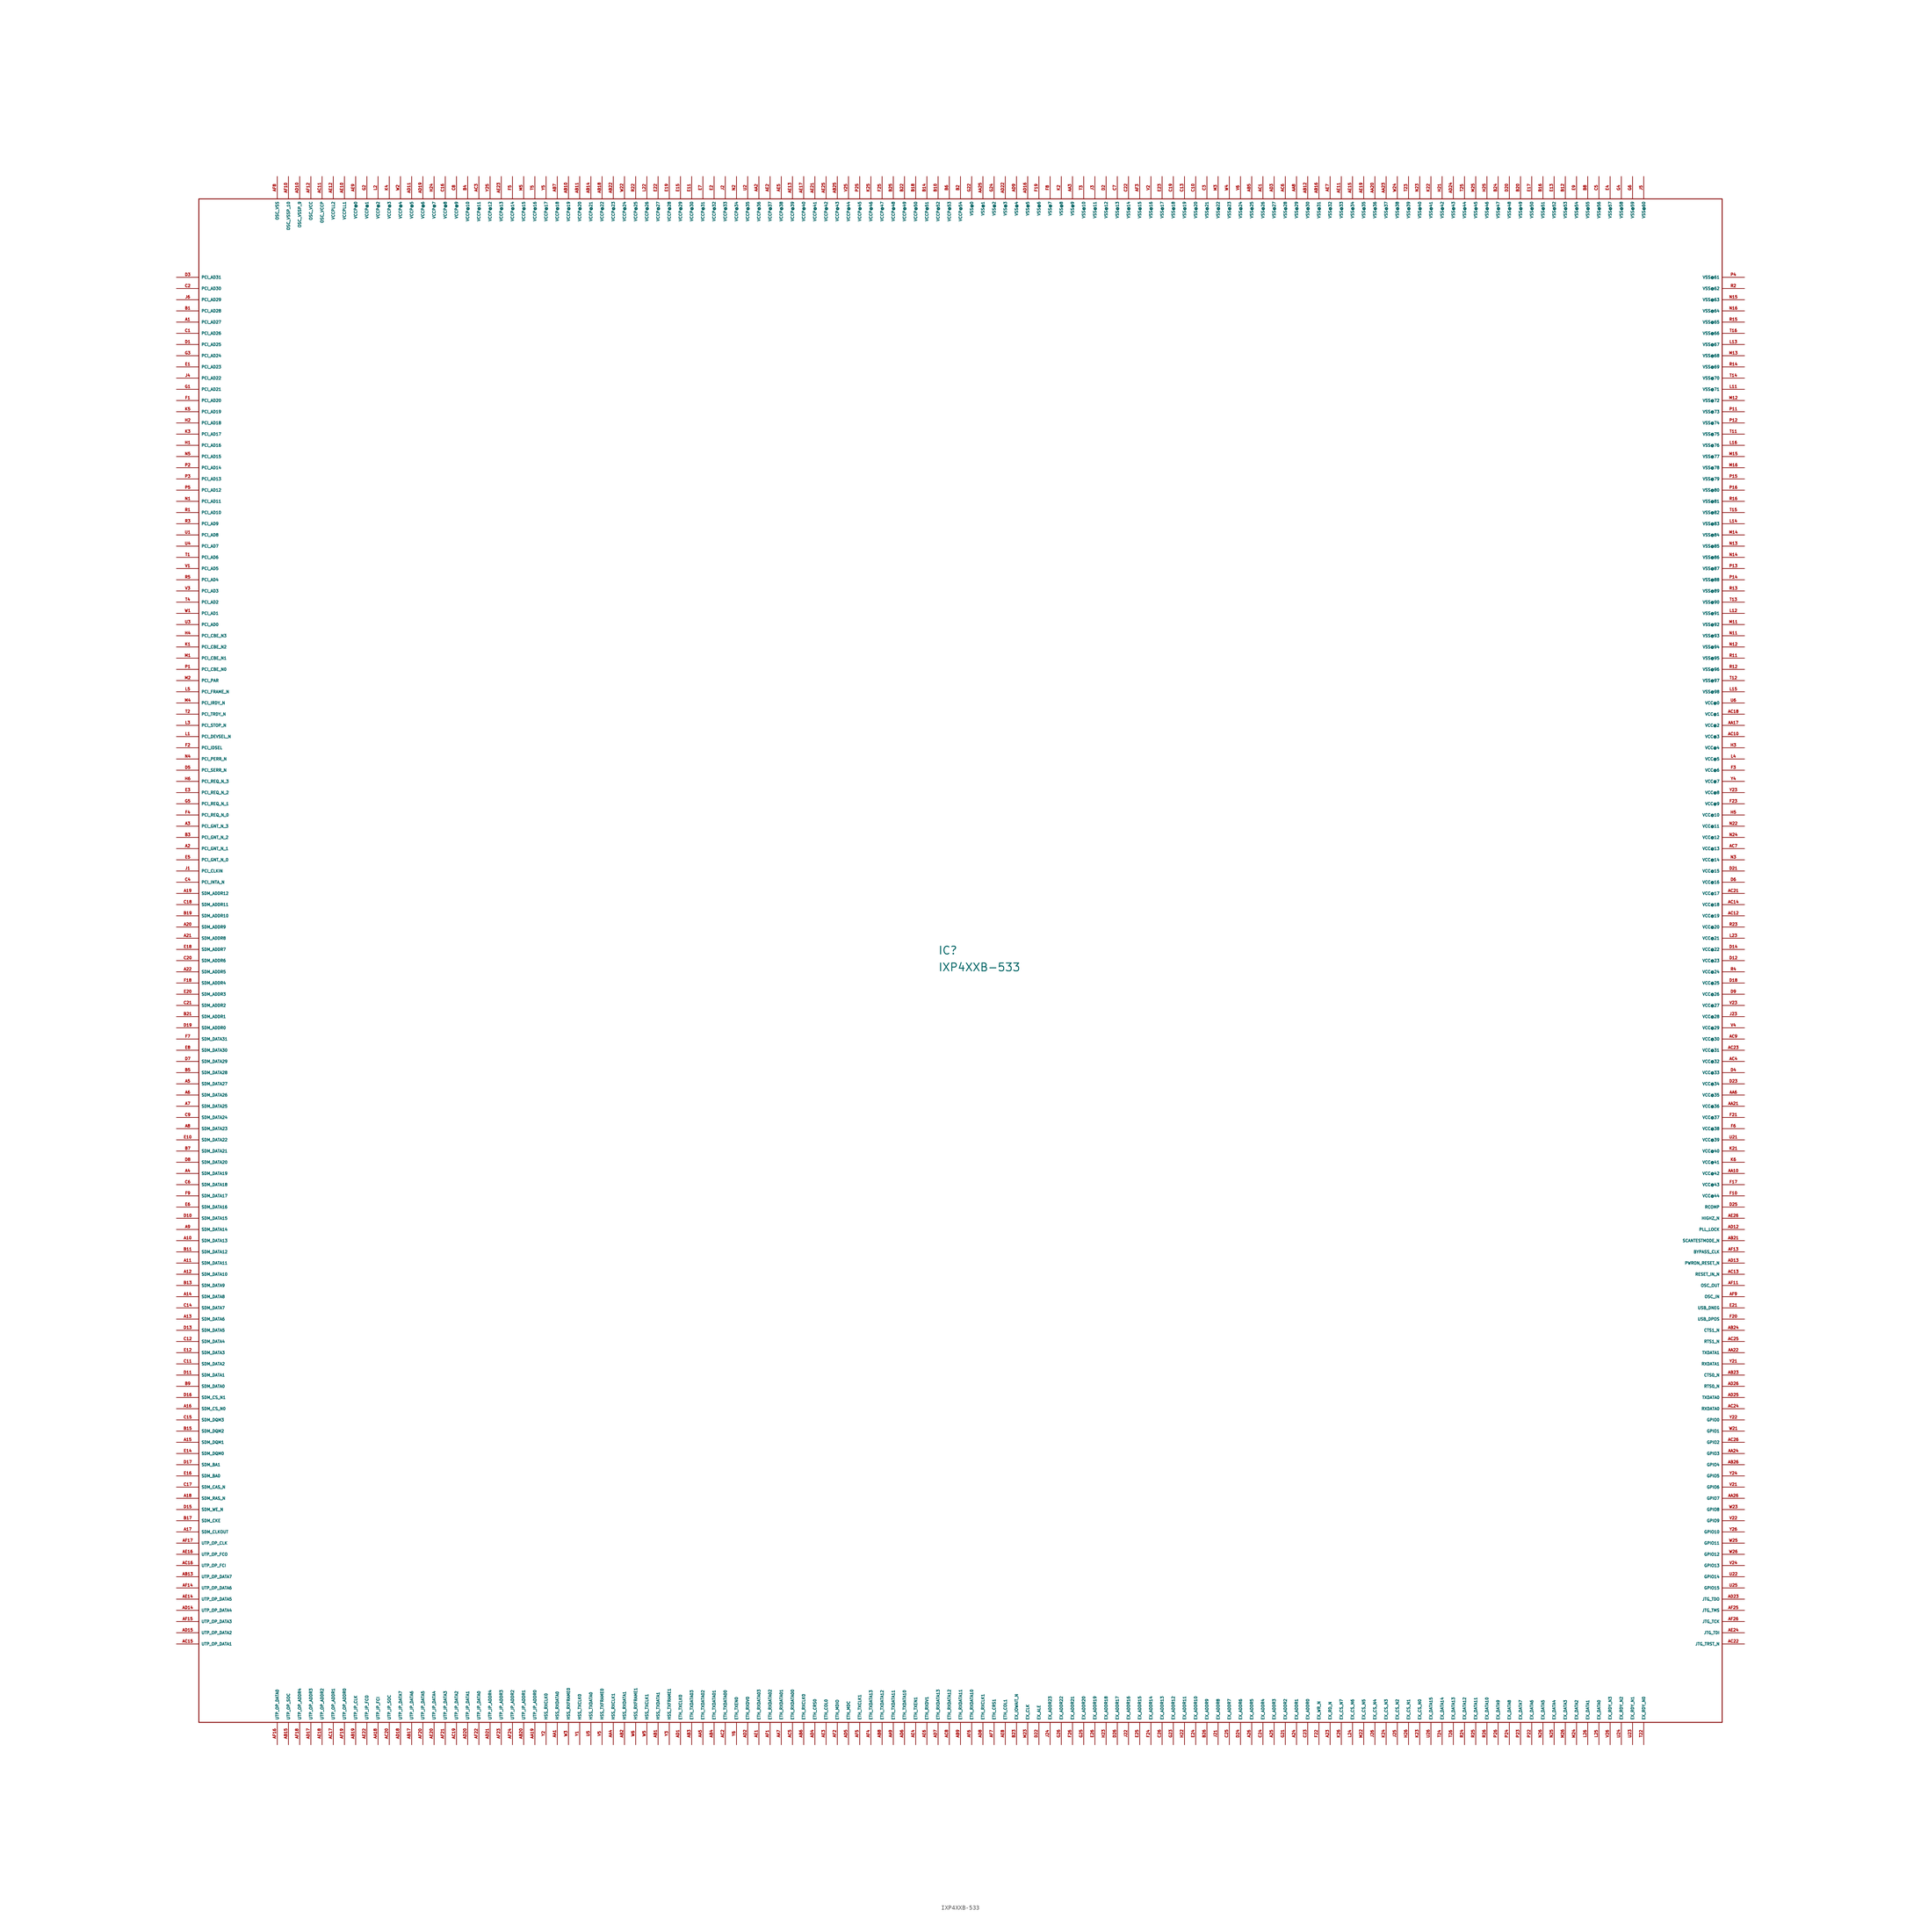
<source format=kicad_sym>
(kicad_symbol_lib
  (version 20220914)
  (generator Eagle2Kicad)
  (symbol "IXP4XXB-533"
    (property "Reference" "IC"
      (at 172.72 179.07 0)
      (effects (font (size 1.778 1.778) (thickness 0.22)) (justify left bottom)))
    (property "Value" "IXP4XXB-533"
      (at 172.72 175.26 0)
      (effects (font (size 1.778 1.778) (thickness 0.22)) (justify left bottom)))
    (polyline
      (pts (xy 5.08 5.08) (xy 350.52 5.08))
      (stroke (width 0.203) (type default))
      (fill (type none)))
    (polyline
      (pts (xy 350.52 5.08) (xy 350.52 350.52))
      (stroke (width 0.203) (type default))
      (fill (type none)))
    (polyline
      (pts (xy 350.52 350.52) (xy 5.08 350.52))
      (stroke (width 0.203) (type default))
      (fill (type none)))
    (polyline
      (pts (xy 5.08 350.52) (xy 5.08 5.08))
      (stroke (width 0.203) (type default))
      (fill (type none)))
    (pin bidirectional line
      (at 0 332.74 0)
      (length 5.08)
      (name "PCI_AD31" (effects (font (size 0.635 0.635) (thickness 0.08)) (justify left bottom)))
      (number "D3" (effects (font (size 0.635 0.635) (thickness 0.08)) (justify left bottom))))
    (pin bidirectional line
      (at 0 330.2 0)
      (length 5.08)
      (name "PCI_AD30" (effects (font (size 0.635 0.635) (thickness 0.08)) (justify left bottom)))
      (number "C2" (effects (font (size 0.635 0.635) (thickness 0.08)) (justify left bottom))))
    (pin bidirectional line
      (at 0 327.66 0)
      (length 5.08)
      (name "PCI_AD29" (effects (font (size 0.635 0.635) (thickness 0.08)) (justify left bottom)))
      (number "J6" (effects (font (size 0.635 0.635) (thickness 0.08)) (justify left bottom))))
    (pin bidirectional line
      (at 0 325.12 0)
      (length 5.08)
      (name "PCI_AD28" (effects (font (size 0.635 0.635) (thickness 0.08)) (justify left bottom)))
      (number "B1" (effects (font (size 0.635 0.635) (thickness 0.08)) (justify left bottom))))
    (pin bidirectional line
      (at 0 322.58 0)
      (length 5.08)
      (name "PCI_AD27" (effects (font (size 0.635 0.635) (thickness 0.08)) (justify left bottom)))
      (number "A1" (effects (font (size 0.635 0.635) (thickness 0.08)) (justify left bottom))))
    (pin bidirectional line
      (at 0 320.04 0)
      (length 5.08)
      (name "PCI_AD26" (effects (font (size 0.635 0.635) (thickness 0.08)) (justify left bottom)))
      (number "C1" (effects (font (size 0.635 0.635) (thickness 0.08)) (justify left bottom))))
    (pin bidirectional line
      (at 0 317.5 0)
      (length 5.08)
      (name "PCI_AD25" (effects (font (size 0.635 0.635) (thickness 0.08)) (justify left bottom)))
      (number "D1" (effects (font (size 0.635 0.635) (thickness 0.08)) (justify left bottom))))
    (pin bidirectional line
      (at 0 314.96 0)
      (length 5.08)
      (name "PCI_AD24" (effects (font (size 0.635 0.635) (thickness 0.08)) (justify left bottom)))
      (number "G3" (effects (font (size 0.635 0.635) (thickness 0.08)) (justify left bottom))))
    (pin bidirectional line
      (at 0 312.42 0)
      (length 5.08)
      (name "PCI_AD23" (effects (font (size 0.635 0.635) (thickness 0.08)) (justify left bottom)))
      (number "E1" (effects (font (size 0.635 0.635) (thickness 0.08)) (justify left bottom))))
    (pin bidirectional line
      (at 0 309.88 0)
      (length 5.08)
      (name "PCI_AD22" (effects (font (size 0.635 0.635) (thickness 0.08)) (justify left bottom)))
      (number "J4" (effects (font (size 0.635 0.635) (thickness 0.08)) (justify left bottom))))
    (pin bidirectional line
      (at 0 307.34 0)
      (length 5.08)
      (name "PCI_AD21" (effects (font (size 0.635 0.635) (thickness 0.08)) (justify left bottom)))
      (number "G1" (effects (font (size 0.635 0.635) (thickness 0.08)) (justify left bottom))))
    (pin bidirectional line
      (at 0 304.8 0)
      (length 5.08)
      (name "PCI_AD20" (effects (font (size 0.635 0.635) (thickness 0.08)) (justify left bottom)))
      (number "F1" (effects (font (size 0.635 0.635) (thickness 0.08)) (justify left bottom))))
    (pin bidirectional line
      (at 0 302.26 0)
      (length 5.08)
      (name "PCI_AD19" (effects (font (size 0.635 0.635) (thickness 0.08)) (justify left bottom)))
      (number "K5" (effects (font (size 0.635 0.635) (thickness 0.08)) (justify left bottom))))
    (pin bidirectional line
      (at 0 299.72 0)
      (length 5.08)
      (name "PCI_AD18" (effects (font (size 0.635 0.635) (thickness 0.08)) (justify left bottom)))
      (number "H2" (effects (font (size 0.635 0.635) (thickness 0.08)) (justify left bottom))))
    (pin bidirectional line
      (at 0 297.18 0)
      (length 5.08)
      (name "PCI_AD17" (effects (font (size 0.635 0.635) (thickness 0.08)) (justify left bottom)))
      (number "K3" (effects (font (size 0.635 0.635) (thickness 0.08)) (justify left bottom))))
    (pin bidirectional line
      (at 0 294.64 0)
      (length 5.08)
      (name "PCI_AD16" (effects (font (size 0.635 0.635) (thickness 0.08)) (justify left bottom)))
      (number "H1" (effects (font (size 0.635 0.635) (thickness 0.08)) (justify left bottom))))
    (pin bidirectional line
      (at 0 292.1 0)
      (length 5.08)
      (name "PCI_AD15" (effects (font (size 0.635 0.635) (thickness 0.08)) (justify left bottom)))
      (number "N5" (effects (font (size 0.635 0.635) (thickness 0.08)) (justify left bottom))))
    (pin bidirectional line
      (at 0 289.56 0)
      (length 5.08)
      (name "PCI_AD14" (effects (font (size 0.635 0.635) (thickness 0.08)) (justify left bottom)))
      (number "P2" (effects (font (size 0.635 0.635) (thickness 0.08)) (justify left bottom))))
    (pin bidirectional line
      (at 0 287.02 0)
      (length 5.08)
      (name "PCI_AD13" (effects (font (size 0.635 0.635) (thickness 0.08)) (justify left bottom)))
      (number "P3" (effects (font (size 0.635 0.635) (thickness 0.08)) (justify left bottom))))
    (pin bidirectional line
      (at 0 284.48 0)
      (length 5.08)
      (name "PCI_AD12" (effects (font (size 0.635 0.635) (thickness 0.08)) (justify left bottom)))
      (number "P5" (effects (font (size 0.635 0.635) (thickness 0.08)) (justify left bottom))))
    (pin bidirectional line
      (at 0 281.94 0)
      (length 5.08)
      (name "PCI_AD11" (effects (font (size 0.635 0.635) (thickness 0.08)) (justify left bottom)))
      (number "N1" (effects (font (size 0.635 0.635) (thickness 0.08)) (justify left bottom))))
    (pin bidirectional line
      (at 0 279.4 0)
      (length 5.08)
      (name "PCI_AD10" (effects (font (size 0.635 0.635) (thickness 0.08)) (justify left bottom)))
      (number "R1" (effects (font (size 0.635 0.635) (thickness 0.08)) (justify left bottom))))
    (pin bidirectional line
      (at 0 276.86 0)
      (length 5.08)
      (name "PCI_AD9" (effects (font (size 0.635 0.635) (thickness 0.08)) (justify left bottom)))
      (number "R3" (effects (font (size 0.635 0.635) (thickness 0.08)) (justify left bottom))))
    (pin bidirectional line
      (at 0 274.32 0)
      (length 5.08)
      (name "PCI_AD8" (effects (font (size 0.635 0.635) (thickness 0.08)) (justify left bottom)))
      (number "U1" (effects (font (size 0.635 0.635) (thickness 0.08)) (justify left bottom))))
    (pin bidirectional line
      (at 0 271.78 0)
      (length 5.08)
      (name "PCI_AD7" (effects (font (size 0.635 0.635) (thickness 0.08)) (justify left bottom)))
      (number "U4" (effects (font (size 0.635 0.635) (thickness 0.08)) (justify left bottom))))
    (pin bidirectional line
      (at 0 269.24 0)
      (length 5.08)
      (name "PCI_AD6" (effects (font (size 0.635 0.635) (thickness 0.08)) (justify left bottom)))
      (number "T1" (effects (font (size 0.635 0.635) (thickness 0.08)) (justify left bottom))))
    (pin bidirectional line
      (at 0 266.7 0)
      (length 5.08)
      (name "PCI_AD5" (effects (font (size 0.635 0.635) (thickness 0.08)) (justify left bottom)))
      (number "V1" (effects (font (size 0.635 0.635) (thickness 0.08)) (justify left bottom))))
    (pin bidirectional line
      (at 0 264.16 0)
      (length 5.08)
      (name "PCI_AD4" (effects (font (size 0.635 0.635) (thickness 0.08)) (justify left bottom)))
      (number "R5" (effects (font (size 0.635 0.635) (thickness 0.08)) (justify left bottom))))
    (pin bidirectional line
      (at 0 261.62 0)
      (length 5.08)
      (name "PCI_AD3" (effects (font (size 0.635 0.635) (thickness 0.08)) (justify left bottom)))
      (number "V3" (effects (font (size 0.635 0.635) (thickness 0.08)) (justify left bottom))))
    (pin bidirectional line
      (at 0 259.08 0)
      (length 5.08)
      (name "PCI_AD2" (effects (font (size 0.635 0.635) (thickness 0.08)) (justify left bottom)))
      (number "T4" (effects (font (size 0.635 0.635) (thickness 0.08)) (justify left bottom))))
    (pin bidirectional line
      (at 0 256.54 0)
      (length 5.08)
      (name "PCI_AD1" (effects (font (size 0.635 0.635) (thickness 0.08)) (justify left bottom)))
      (number "W1" (effects (font (size 0.635 0.635) (thickness 0.08)) (justify left bottom))))
    (pin bidirectional line
      (at 0 254 0)
      (length 5.08)
      (name "PCI_AD0" (effects (font (size 0.635 0.635) (thickness 0.08)) (justify left bottom)))
      (number "U3" (effects (font (size 0.635 0.635) (thickness 0.08)) (justify left bottom))))
    (pin bidirectional line
      (at 0 251.46 0)
      (length 5.08)
      (name "PCI_CBE_N3" (effects (font (size 0.635 0.635) (thickness 0.08)) (justify left bottom)))
      (number "H4" (effects (font (size 0.635 0.635) (thickness 0.08)) (justify left bottom))))
    (pin bidirectional line
      (at 0 248.92 0)
      (length 5.08)
      (name "PCI_CBE_N2" (effects (font (size 0.635 0.635) (thickness 0.08)) (justify left bottom)))
      (number "K1" (effects (font (size 0.635 0.635) (thickness 0.08)) (justify left bottom))))
    (pin bidirectional line
      (at 0 246.38 0)
      (length 5.08)
      (name "PCI_CBE_N1" (effects (font (size 0.635 0.635) (thickness 0.08)) (justify left bottom)))
      (number "M1" (effects (font (size 0.635 0.635) (thickness 0.08)) (justify left bottom))))
    (pin bidirectional line
      (at 0 243.84 0)
      (length 5.08)
      (name "PCI_CBE_N0" (effects (font (size 0.635 0.635) (thickness 0.08)) (justify left bottom)))
      (number "P1" (effects (font (size 0.635 0.635) (thickness 0.08)) (justify left bottom))))
    (pin bidirectional line
      (at 0 241.3 0)
      (length 5.08)
      (name "PCI_PAR" (effects (font (size 0.635 0.635) (thickness 0.08)) (justify left bottom)))
      (number "M2" (effects (font (size 0.635 0.635) (thickness 0.08)) (justify left bottom))))
    (pin bidirectional line
      (at 0 238.76 0)
      (length 5.08)
      (name "PCI_FRAME_N" (effects (font (size 0.635 0.635) (thickness 0.08)) (justify left bottom)))
      (number "L5" (effects (font (size 0.635 0.635) (thickness 0.08)) (justify left bottom))))
    (pin bidirectional line
      (at 0 236.22 0)
      (length 5.08)
      (name "PCI_IRDY_N" (effects (font (size 0.635 0.635) (thickness 0.08)) (justify left bottom)))
      (number "M4" (effects (font (size 0.635 0.635) (thickness 0.08)) (justify left bottom))))
    (pin bidirectional line
      (at 0 233.68 0)
      (length 5.08)
      (name "PCI_TRDY_N" (effects (font (size 0.635 0.635) (thickness 0.08)) (justify left bottom)))
      (number "T2" (effects (font (size 0.635 0.635) (thickness 0.08)) (justify left bottom))))
    (pin bidirectional line
      (at 0 231.14 0)
      (length 5.08)
      (name "PCI_STOP_N" (effects (font (size 0.635 0.635) (thickness 0.08)) (justify left bottom)))
      (number "L3" (effects (font (size 0.635 0.635) (thickness 0.08)) (justify left bottom))))
    (pin bidirectional line
      (at 0 228.6 0)
      (length 5.08)
      (name "PCI_DEVSEL_N" (effects (font (size 0.635 0.635) (thickness 0.08)) (justify left bottom)))
      (number "L1" (effects (font (size 0.635 0.635) (thickness 0.08)) (justify left bottom))))
    (pin input line
      (at 0 226.06 0)
      (length 5.08)
      (name "PCI_IDSEL" (effects (font (size 0.635 0.635) (thickness 0.08)) (justify left bottom)))
      (number "F2" (effects (font (size 0.635 0.635) (thickness 0.08)) (justify left bottom))))
    (pin bidirectional line
      (at 0 223.52 0)
      (length 5.08)
      (name "PCI_PERR_N" (effects (font (size 0.635 0.635) (thickness 0.08)) (justify left bottom)))
      (number "N4" (effects (font (size 0.635 0.635) (thickness 0.08)) (justify left bottom))))
    (pin bidirectional line
      (at 0 220.98 0)
      (length 5.08)
      (name "PCI_SERR_N" (effects (font (size 0.635 0.635) (thickness 0.08)) (justify left bottom)))
      (number "D5" (effects (font (size 0.635 0.635) (thickness 0.08)) (justify left bottom))))
    (pin input line
      (at 0 218.44 0)
      (length 5.08)
      (name "PCI_REQ_N_3" (effects (font (size 0.635 0.635) (thickness 0.08)) (justify left bottom)))
      (number "H6" (effects (font (size 0.635 0.635) (thickness 0.08)) (justify left bottom))))
    (pin input line
      (at 0 215.9 0)
      (length 5.08)
      (name "PCI_REQ_N_2" (effects (font (size 0.635 0.635) (thickness 0.08)) (justify left bottom)))
      (number "E3" (effects (font (size 0.635 0.635) (thickness 0.08)) (justify left bottom))))
    (pin input line
      (at 0 213.36 0)
      (length 5.08)
      (name "PCI_REQ_N_1" (effects (font (size 0.635 0.635) (thickness 0.08)) (justify left bottom)))
      (number "G5" (effects (font (size 0.635 0.635) (thickness 0.08)) (justify left bottom))))
    (pin bidirectional line
      (at 0 210.82 0)
      (length 5.08)
      (name "PCI_REQ_N_0" (effects (font (size 0.635 0.635) (thickness 0.08)) (justify left bottom)))
      (number "F4" (effects (font (size 0.635 0.635) (thickness 0.08)) (justify left bottom))))
    (pin output line
      (at 0 208.28 0)
      (length 5.08)
      (name "PCI_GNT_N_3" (effects (font (size 0.635 0.635) (thickness 0.08)) (justify left bottom)))
      (number "A3" (effects (font (size 0.635 0.635) (thickness 0.08)) (justify left bottom))))
    (pin output line
      (at 0 205.74 0)
      (length 5.08)
      (name "PCI_GNT_N_2" (effects (font (size 0.635 0.635) (thickness 0.08)) (justify left bottom)))
      (number "B3" (effects (font (size 0.635 0.635) (thickness 0.08)) (justify left bottom))))
    (pin output line
      (at 0 203.2 0)
      (length 5.08)
      (name "PCI_GNT_N_1" (effects (font (size 0.635 0.635) (thickness 0.08)) (justify left bottom)))
      (number "A2" (effects (font (size 0.635 0.635) (thickness 0.08)) (justify left bottom))))
    (pin bidirectional line
      (at 0 200.66 0)
      (length 5.08)
      (name "PCI_GNT_N_0" (effects (font (size 0.635 0.635) (thickness 0.08)) (justify left bottom)))
      (number "E5" (effects (font (size 0.635 0.635) (thickness 0.08)) (justify left bottom))))
    (pin input line
      (at 0 198.12 0)
      (length 5.08)
      (name "PCI_CLKIN" (effects (font (size 0.635 0.635) (thickness 0.08)) (justify left bottom)))
      (number "J1" (effects (font (size 0.635 0.635) (thickness 0.08)) (justify left bottom))))
    (pin output line
      (at 0 195.58 0)
      (length 5.08)
      (name "PCI_INTA_N" (effects (font (size 0.635 0.635) (thickness 0.08)) (justify left bottom)))
      (number "C4" (effects (font (size 0.635 0.635) (thickness 0.08)) (justify left bottom))))
    (pin output line
      (at 0 193.04 0)
      (length 5.08)
      (name "SDM_ADDR12" (effects (font (size 0.635 0.635) (thickness 0.08)) (justify left bottom)))
      (number "A19" (effects (font (size 0.635 0.635) (thickness 0.08)) (justify left bottom))))
    (pin output line
      (at 0 190.5 0)
      (length 5.08)
      (name "SDM_ADDR11" (effects (font (size 0.635 0.635) (thickness 0.08)) (justify left bottom)))
      (number "C18" (effects (font (size 0.635 0.635) (thickness 0.08)) (justify left bottom))))
    (pin output line
      (at 0 187.96 0)
      (length 5.08)
      (name "SDM_ADDR10" (effects (font (size 0.635 0.635) (thickness 0.08)) (justify left bottom)))
      (number "B19" (effects (font (size 0.635 0.635) (thickness 0.08)) (justify left bottom))))
    (pin output line
      (at 0 185.42 0)
      (length 5.08)
      (name "SDM_ADDR9" (effects (font (size 0.635 0.635) (thickness 0.08)) (justify left bottom)))
      (number "A20" (effects (font (size 0.635 0.635) (thickness 0.08)) (justify left bottom))))
    (pin output line
      (at 0 182.88 0)
      (length 5.08)
      (name "SDM_ADDR8" (effects (font (size 0.635 0.635) (thickness 0.08)) (justify left bottom)))
      (number "A21" (effects (font (size 0.635 0.635) (thickness 0.08)) (justify left bottom))))
    (pin output line
      (at 0 180.34 0)
      (length 5.08)
      (name "SDM_ADDR7" (effects (font (size 0.635 0.635) (thickness 0.08)) (justify left bottom)))
      (number "E18" (effects (font (size 0.635 0.635) (thickness 0.08)) (justify left bottom))))
    (pin output line
      (at 0 177.8 0)
      (length 5.08)
      (name "SDM_ADDR6" (effects (font (size 0.635 0.635) (thickness 0.08)) (justify left bottom)))
      (number "C20" (effects (font (size 0.635 0.635) (thickness 0.08)) (justify left bottom))))
    (pin output line
      (at 0 175.26 0)
      (length 5.08)
      (name "SDM_ADDR5" (effects (font (size 0.635 0.635) (thickness 0.08)) (justify left bottom)))
      (number "A22" (effects (font (size 0.635 0.635) (thickness 0.08)) (justify left bottom))))
    (pin output line
      (at 0 172.72 0)
      (length 5.08)
      (name "SDM_ADDR4" (effects (font (size 0.635 0.635) (thickness 0.08)) (justify left bottom)))
      (number "F18" (effects (font (size 0.635 0.635) (thickness 0.08)) (justify left bottom))))
    (pin output line
      (at 0 170.18 0)
      (length 5.08)
      (name "SDM_ADDR3" (effects (font (size 0.635 0.635) (thickness 0.08)) (justify left bottom)))
      (number "E20" (effects (font (size 0.635 0.635) (thickness 0.08)) (justify left bottom))))
    (pin output line
      (at 0 167.64 0)
      (length 5.08)
      (name "SDM_ADDR2" (effects (font (size 0.635 0.635) (thickness 0.08)) (justify left bottom)))
      (number "C21" (effects (font (size 0.635 0.635) (thickness 0.08)) (justify left bottom))))
    (pin output line
      (at 0 165.1 0)
      (length 5.08)
      (name "SDM_ADDR1" (effects (font (size 0.635 0.635) (thickness 0.08)) (justify left bottom)))
      (number "B21" (effects (font (size 0.635 0.635) (thickness 0.08)) (justify left bottom))))
    (pin output line
      (at 0 162.56 0)
      (length 5.08)
      (name "SDM_ADDR0" (effects (font (size 0.635 0.635) (thickness 0.08)) (justify left bottom)))
      (number "D19" (effects (font (size 0.635 0.635) (thickness 0.08)) (justify left bottom))))
    (pin output line
      (at 0 160.02 0)
      (length 5.08)
      (name "SDM_DATA31" (effects (font (size 0.635 0.635) (thickness 0.08)) (justify left bottom)))
      (number "F7" (effects (font (size 0.635 0.635) (thickness 0.08)) (justify left bottom))))
    (pin output line
      (at 0 157.48 0)
      (length 5.08)
      (name "SDM_DATA30" (effects (font (size 0.635 0.635) (thickness 0.08)) (justify left bottom)))
      (number "E8" (effects (font (size 0.635 0.635) (thickness 0.08)) (justify left bottom))))
    (pin output line
      (at 0 154.94 0)
      (length 5.08)
      (name "SDM_DATA29" (effects (font (size 0.635 0.635) (thickness 0.08)) (justify left bottom)))
      (number "D7" (effects (font (size 0.635 0.635) (thickness 0.08)) (justify left bottom))))
    (pin output line
      (at 0 152.4 0)
      (length 5.08)
      (name "SDM_DATA28" (effects (font (size 0.635 0.635) (thickness 0.08)) (justify left bottom)))
      (number "B5" (effects (font (size 0.635 0.635) (thickness 0.08)) (justify left bottom))))
    (pin output line
      (at 0 149.86 0)
      (length 5.08)
      (name "SDM_DATA27" (effects (font (size 0.635 0.635) (thickness 0.08)) (justify left bottom)))
      (number "A5" (effects (font (size 0.635 0.635) (thickness 0.08)) (justify left bottom))))
    (pin output line
      (at 0 147.32 0)
      (length 5.08)
      (name "SDM_DATA26" (effects (font (size 0.635 0.635) (thickness 0.08)) (justify left bottom)))
      (number "A6" (effects (font (size 0.635 0.635) (thickness 0.08)) (justify left bottom))))
    (pin output line
      (at 0 144.78 0)
      (length 5.08)
      (name "SDM_DATA25" (effects (font (size 0.635 0.635) (thickness 0.08)) (justify left bottom)))
      (number "A7" (effects (font (size 0.635 0.635) (thickness 0.08)) (justify left bottom))))
    (pin output line
      (at 0 142.24 0)
      (length 5.08)
      (name "SDM_DATA24" (effects (font (size 0.635 0.635) (thickness 0.08)) (justify left bottom)))
      (number "C9" (effects (font (size 0.635 0.635) (thickness 0.08)) (justify left bottom))))
    (pin output line
      (at 0 139.7 0)
      (length 5.08)
      (name "SDM_DATA23" (effects (font (size 0.635 0.635) (thickness 0.08)) (justify left bottom)))
      (number "A8" (effects (font (size 0.635 0.635) (thickness 0.08)) (justify left bottom))))
    (pin output line
      (at 0 137.16 0)
      (length 5.08)
      (name "SDM_DATA22" (effects (font (size 0.635 0.635) (thickness 0.08)) (justify left bottom)))
      (number "E10" (effects (font (size 0.635 0.635) (thickness 0.08)) (justify left bottom))))
    (pin output line
      (at 0 134.62 0)
      (length 5.08)
      (name "SDM_DATA21" (effects (font (size 0.635 0.635) (thickness 0.08)) (justify left bottom)))
      (number "B7" (effects (font (size 0.635 0.635) (thickness 0.08)) (justify left bottom))))
    (pin output line
      (at 0 132.08 0)
      (length 5.08)
      (name "SDM_DATA20" (effects (font (size 0.635 0.635) (thickness 0.08)) (justify left bottom)))
      (number "D8" (effects (font (size 0.635 0.635) (thickness 0.08)) (justify left bottom))))
    (pin output line
      (at 0 129.54 0)
      (length 5.08)
      (name "SDM_DATA19" (effects (font (size 0.635 0.635) (thickness 0.08)) (justify left bottom)))
      (number "A4" (effects (font (size 0.635 0.635) (thickness 0.08)) (justify left bottom))))
    (pin output line
      (at 0 127 0)
      (length 5.08)
      (name "SDM_DATA18" (effects (font (size 0.635 0.635) (thickness 0.08)) (justify left bottom)))
      (number "C6" (effects (font (size 0.635 0.635) (thickness 0.08)) (justify left bottom))))
    (pin output line
      (at 0 124.46 0)
      (length 5.08)
      (name "SDM_DATA17" (effects (font (size 0.635 0.635) (thickness 0.08)) (justify left bottom)))
      (number "F9" (effects (font (size 0.635 0.635) (thickness 0.08)) (justify left bottom))))
    (pin output line
      (at 0 121.92 0)
      (length 5.08)
      (name "SDM_DATA16" (effects (font (size 0.635 0.635) (thickness 0.08)) (justify left bottom)))
      (number "E6" (effects (font (size 0.635 0.635) (thickness 0.08)) (justify left bottom))))
    (pin output line
      (at 0 119.38 0)
      (length 5.08)
      (name "SDM_DATA15" (effects (font (size 0.635 0.635) (thickness 0.08)) (justify left bottom)))
      (number "D10" (effects (font (size 0.635 0.635) (thickness 0.08)) (justify left bottom))))
    (pin output line
      (at 0 116.84 0)
      (length 5.08)
      (name "SDM_DATA14" (effects (font (size 0.635 0.635) (thickness 0.08)) (justify left bottom)))
      (number "A9" (effects (font (size 0.635 0.635) (thickness 0.08)) (justify left bottom))))
    (pin output line
      (at 0 114.3 0)
      (length 5.08)
      (name "SDM_DATA13" (effects (font (size 0.635 0.635) (thickness 0.08)) (justify left bottom)))
      (number "A10" (effects (font (size 0.635 0.635) (thickness 0.08)) (justify left bottom))))
    (pin output line
      (at 0 111.76 0)
      (length 5.08)
      (name "SDM_DATA12" (effects (font (size 0.635 0.635) (thickness 0.08)) (justify left bottom)))
      (number "B11" (effects (font (size 0.635 0.635) (thickness 0.08)) (justify left bottom))))
    (pin output line
      (at 0 109.22 0)
      (length 5.08)
      (name "SDM_DATA11" (effects (font (size 0.635 0.635) (thickness 0.08)) (justify left bottom)))
      (number "A11" (effects (font (size 0.635 0.635) (thickness 0.08)) (justify left bottom))))
    (pin output line
      (at 0 106.68 0)
      (length 5.08)
      (name "SDM_DATA10" (effects (font (size 0.635 0.635) (thickness 0.08)) (justify left bottom)))
      (number "A12" (effects (font (size 0.635 0.635) (thickness 0.08)) (justify left bottom))))
    (pin output line
      (at 0 104.14 0)
      (length 5.08)
      (name "SDM_DATA9" (effects (font (size 0.635 0.635) (thickness 0.08)) (justify left bottom)))
      (number "B13" (effects (font (size 0.635 0.635) (thickness 0.08)) (justify left bottom))))
    (pin output line
      (at 0 101.6 0)
      (length 5.08)
      (name "SDM_DATA8" (effects (font (size 0.635 0.635) (thickness 0.08)) (justify left bottom)))
      (number "A14" (effects (font (size 0.635 0.635) (thickness 0.08)) (justify left bottom))))
    (pin output line
      (at 0 99.06 0)
      (length 5.08)
      (name "SDM_DATA7" (effects (font (size 0.635 0.635) (thickness 0.08)) (justify left bottom)))
      (number "C14" (effects (font (size 0.635 0.635) (thickness 0.08)) (justify left bottom))))
    (pin output line
      (at 0 96.52 0)
      (length 5.08)
      (name "SDM_DATA6" (effects (font (size 0.635 0.635) (thickness 0.08)) (justify left bottom)))
      (number "A13" (effects (font (size 0.635 0.635) (thickness 0.08)) (justify left bottom))))
    (pin output line
      (at 0 93.98 0)
      (length 5.08)
      (name "SDM_DATA5" (effects (font (size 0.635 0.635) (thickness 0.08)) (justify left bottom)))
      (number "D13" (effects (font (size 0.635 0.635) (thickness 0.08)) (justify left bottom))))
    (pin output line
      (at 0 91.44 0)
      (length 5.08)
      (name "SDM_DATA4" (effects (font (size 0.635 0.635) (thickness 0.08)) (justify left bottom)))
      (number "C12" (effects (font (size 0.635 0.635) (thickness 0.08)) (justify left bottom))))
    (pin output line
      (at 0 88.9 0)
      (length 5.08)
      (name "SDM_DATA3" (effects (font (size 0.635 0.635) (thickness 0.08)) (justify left bottom)))
      (number "E12" (effects (font (size 0.635 0.635) (thickness 0.08)) (justify left bottom))))
    (pin output line
      (at 0 86.36 0)
      (length 5.08)
      (name "SDM_DATA2" (effects (font (size 0.635 0.635) (thickness 0.08)) (justify left bottom)))
      (number "C11" (effects (font (size 0.635 0.635) (thickness 0.08)) (justify left bottom))))
    (pin output line
      (at 0 83.82 0)
      (length 5.08)
      (name "SDM_DATA1" (effects (font (size 0.635 0.635) (thickness 0.08)) (justify left bottom)))
      (number "D11" (effects (font (size 0.635 0.635) (thickness 0.08)) (justify left bottom))))
    (pin output line
      (at 0 81.28 0)
      (length 5.08)
      (name "SDM_DATA0" (effects (font (size 0.635 0.635) (thickness 0.08)) (justify left bottom)))
      (number "B9" (effects (font (size 0.635 0.635) (thickness 0.08)) (justify left bottom))))
    (pin output line
      (at 0 78.74 0)
      (length 5.08)
      (name "SDM_CS_N1" (effects (font (size 0.635 0.635) (thickness 0.08)) (justify left bottom)))
      (number "D16" (effects (font (size 0.635 0.635) (thickness 0.08)) (justify left bottom))))
    (pin output line
      (at 0 76.2 0)
      (length 5.08)
      (name "SDM_CS_N0" (effects (font (size 0.635 0.635) (thickness 0.08)) (justify left bottom)))
      (number "A16" (effects (font (size 0.635 0.635) (thickness 0.08)) (justify left bottom))))
    (pin output line
      (at 0 73.66 0)
      (length 5.08)
      (name "SDM_DQM3" (effects (font (size 0.635 0.635) (thickness 0.08)) (justify left bottom)))
      (number "C15" (effects (font (size 0.635 0.635) (thickness 0.08)) (justify left bottom))))
    (pin output line
      (at 0 71.12 0)
      (length 5.08)
      (name "SDM_DQM2" (effects (font (size 0.635 0.635) (thickness 0.08)) (justify left bottom)))
      (number "B15" (effects (font (size 0.635 0.635) (thickness 0.08)) (justify left bottom))))
    (pin output line
      (at 0 68.58 0)
      (length 5.08)
      (name "SDM_DQM1" (effects (font (size 0.635 0.635) (thickness 0.08)) (justify left bottom)))
      (number "A15" (effects (font (size 0.635 0.635) (thickness 0.08)) (justify left bottom))))
    (pin output line
      (at 0 66.04 0)
      (length 5.08)
      (name "SDM_DQM0" (effects (font (size 0.635 0.635) (thickness 0.08)) (justify left bottom)))
      (number "E14" (effects (font (size 0.635 0.635) (thickness 0.08)) (justify left bottom))))
    (pin output line
      (at 0 63.5 0)
      (length 5.08)
      (name "SDM_BA1" (effects (font (size 0.635 0.635) (thickness 0.08)) (justify left bottom)))
      (number "D17" (effects (font (size 0.635 0.635) (thickness 0.08)) (justify left bottom))))
    (pin output line
      (at 0 60.96 0)
      (length 5.08)
      (name "SDM_BA0" (effects (font (size 0.635 0.635) (thickness 0.08)) (justify left bottom)))
      (number "E16" (effects (font (size 0.635 0.635) (thickness 0.08)) (justify left bottom))))
    (pin output line
      (at 0 58.42 0)
      (length 5.08)
      (name "SDM_CAS_N" (effects (font (size 0.635 0.635) (thickness 0.08)) (justify left bottom)))
      (number "C17" (effects (font (size 0.635 0.635) (thickness 0.08)) (justify left bottom))))
    (pin output line
      (at 0 55.88 0)
      (length 5.08)
      (name "SDM_RAS_N" (effects (font (size 0.635 0.635) (thickness 0.08)) (justify left bottom)))
      (number "A18" (effects (font (size 0.635 0.635) (thickness 0.08)) (justify left bottom))))
    (pin output line
      (at 0 53.34 0)
      (length 5.08)
      (name "SDM_WE_N" (effects (font (size 0.635 0.635) (thickness 0.08)) (justify left bottom)))
      (number "D15" (effects (font (size 0.635 0.635) (thickness 0.08)) (justify left bottom))))
    (pin output line
      (at 0 50.8 0)
      (length 5.08)
      (name "SDM_CKE" (effects (font (size 0.635 0.635) (thickness 0.08)) (justify left bottom)))
      (number "B17" (effects (font (size 0.635 0.635) (thickness 0.08)) (justify left bottom))))
    (pin output line
      (at 0 48.26 0)
      (length 5.08)
      (name "SDM_CLKOUT" (effects (font (size 0.635 0.635) (thickness 0.08)) (justify left bottom)))
      (number "A17" (effects (font (size 0.635 0.635) (thickness 0.08)) (justify left bottom))))
    (pin input line
      (at 0 45.72 0)
      (length 5.08)
      (name "UTP_OP_CLK" (effects (font (size 0.635 0.635) (thickness 0.08)) (justify left bottom)))
      (number "AF17" (effects (font (size 0.635 0.635) (thickness 0.08)) (justify left bottom))))
    (pin output line
      (at 0 43.18 0)
      (length 5.08)
      (name "UTP_OP_FCO" (effects (font (size 0.635 0.635) (thickness 0.08)) (justify left bottom)))
      (number "AE16" (effects (font (size 0.635 0.635) (thickness 0.08)) (justify left bottom))))
    (pin input line
      (at 0 40.64 0)
      (length 5.08)
      (name "UTP_OP_FCI" (effects (font (size 0.635 0.635) (thickness 0.08)) (justify left bottom)))
      (number "AC16" (effects (font (size 0.635 0.635) (thickness 0.08)) (justify left bottom))))
    (pin input line
      (at 0 38.1 0)
      (length 5.08)
      (name "UTP_OP_DATA7" (effects (font (size 0.635 0.635) (thickness 0.08)) (justify left bottom)))
      (number "AB13" (effects (font (size 0.635 0.635) (thickness 0.08)) (justify left bottom))))
    (pin input line
      (at 0 35.56 0)
      (length 5.08)
      (name "UTP_OP_DATA6" (effects (font (size 0.635 0.635) (thickness 0.08)) (justify left bottom)))
      (number "AF14" (effects (font (size 0.635 0.635) (thickness 0.08)) (justify left bottom))))
    (pin input line
      (at 0 33.02 0)
      (length 5.08)
      (name "UTP_OP_DATA5" (effects (font (size 0.635 0.635) (thickness 0.08)) (justify left bottom)))
      (number "AE14" (effects (font (size 0.635 0.635) (thickness 0.08)) (justify left bottom))))
    (pin input line
      (at 0 30.48 0)
      (length 5.08)
      (name "UTP_OP_DATA4" (effects (font (size 0.635 0.635) (thickness 0.08)) (justify left bottom)))
      (number "AD14" (effects (font (size 0.635 0.635) (thickness 0.08)) (justify left bottom))))
    (pin input line
      (at 0 27.94 0)
      (length 5.08)
      (name "UTP_OP_DATA3" (effects (font (size 0.635 0.635) (thickness 0.08)) (justify left bottom)))
      (number "AF15" (effects (font (size 0.635 0.635) (thickness 0.08)) (justify left bottom))))
    (pin input line
      (at 0 25.4 0)
      (length 5.08)
      (name "UTP_OP_DATA2" (effects (font (size 0.635 0.635) (thickness 0.08)) (justify left bottom)))
      (number "AD15" (effects (font (size 0.635 0.635) (thickness 0.08)) (justify left bottom))))
    (pin input line
      (at 0 22.86 0)
      (length 5.08)
      (name "UTP_OP_DATA1" (effects (font (size 0.635 0.635) (thickness 0.08)) (justify left bottom)))
      (number "AC15" (effects (font (size 0.635 0.635) (thickness 0.08)) (justify left bottom))))
    (pin input line
      (at 22.86 0 90)
      (length 5.08)
      (name "UTP_OP_DATA0" (effects (font (size 0.635 0.635) (thickness 0.08)) (justify left bottom)))
      (number "AF16" (effects (font (size 0.635 0.635) (thickness 0.08)) (justify left bottom))))
    (pin output line
      (at 25.4 0 90)
      (length 5.08)
      (name "UTP_OP_SOC" (effects (font (size 0.635 0.635) (thickness 0.08)) (justify left bottom)))
      (number "AB15" (effects (font (size 0.635 0.635) (thickness 0.08)) (justify left bottom))))
    (pin output line
      (at 27.94 0 90)
      (length 5.08)
      (name "UTP_OP_ADDR4" (effects (font (size 0.635 0.635) (thickness 0.08)) (justify left bottom)))
      (number "AF18" (effects (font (size 0.635 0.635) (thickness 0.08)) (justify left bottom))))
    (pin output line
      (at 30.48 0 90)
      (length 5.08)
      (name "UTP_OP_ADDR3" (effects (font (size 0.635 0.635) (thickness 0.08)) (justify left bottom)))
      (number "AD17" (effects (font (size 0.635 0.635) (thickness 0.08)) (justify left bottom))))
    (pin output line
      (at 33.02 0 90)
      (length 5.08)
      (name "UTP_OP_ADDR2" (effects (font (size 0.635 0.635) (thickness 0.08)) (justify left bottom)))
      (number "AE18" (effects (font (size 0.635 0.635) (thickness 0.08)) (justify left bottom))))
    (pin output line
      (at 35.56 0 90)
      (length 5.08)
      (name "UTP_OP_ADDR1" (effects (font (size 0.635 0.635) (thickness 0.08)) (justify left bottom)))
      (number "AC17" (effects (font (size 0.635 0.635) (thickness 0.08)) (justify left bottom))))
    (pin output line
      (at 38.1 0 90)
      (length 5.08)
      (name "UTP_OP_ADDR0" (effects (font (size 0.635 0.635) (thickness 0.08)) (justify left bottom)))
      (number "AF19" (effects (font (size 0.635 0.635) (thickness 0.08)) (justify left bottom))))
    (pin input line
      (at 40.64 0 90)
      (length 5.08)
      (name "UTP_IP_CLK" (effects (font (size 0.635 0.635) (thickness 0.08)) (justify left bottom)))
      (number "AB19" (effects (font (size 0.635 0.635) (thickness 0.08)) (justify left bottom))))
    (pin output line
      (at 43.18 0 90)
      (length 5.08)
      (name "UTP_IP_FCO" (effects (font (size 0.635 0.635) (thickness 0.08)) (justify left bottom)))
      (number "AE22" (effects (font (size 0.635 0.635) (thickness 0.08)) (justify left bottom))))
    (pin input line
      (at 45.72 0 90)
      (length 5.08)
      (name "UTP_IP_FCI" (effects (font (size 0.635 0.635) (thickness 0.08)) (justify left bottom)))
      (number "AA18" (effects (font (size 0.635 0.635) (thickness 0.08)) (justify left bottom))))
    (pin input line
      (at 48.26 0 90)
      (length 5.08)
      (name "UTP_IP_SOC" (effects (font (size 0.635 0.635) (thickness 0.08)) (justify left bottom)))
      (number "AC20" (effects (font (size 0.635 0.635) (thickness 0.08)) (justify left bottom))))
    (pin input line
      (at 50.8 0 90)
      (length 5.08)
      (name "UTP_IP_DATA7" (effects (font (size 0.635 0.635) (thickness 0.08)) (justify left bottom)))
      (number "AD18" (effects (font (size 0.635 0.635) (thickness 0.08)) (justify left bottom))))
    (pin input line
      (at 53.34 0 90)
      (length 5.08)
      (name "UTP_IP_DATA6" (effects (font (size 0.635 0.635) (thickness 0.08)) (justify left bottom)))
      (number "AB17" (effects (font (size 0.635 0.635) (thickness 0.08)) (justify left bottom))))
    (pin input line
      (at 55.88 0 90)
      (length 5.08)
      (name "UTP_IP_DATA5" (effects (font (size 0.635 0.635) (thickness 0.08)) (justify left bottom)))
      (number "AF20" (effects (font (size 0.635 0.635) (thickness 0.08)) (justify left bottom))))
    (pin input line
      (at 58.42 0 90)
      (length 5.08)
      (name "UTP_IP_DATA4" (effects (font (size 0.635 0.635) (thickness 0.08)) (justify left bottom)))
      (number "AE20" (effects (font (size 0.635 0.635) (thickness 0.08)) (justify left bottom))))
    (pin input line
      (at 60.96 0 90)
      (length 5.08)
      (name "UTP_IP_DATA3" (effects (font (size 0.635 0.635) (thickness 0.08)) (justify left bottom)))
      (number "AF21" (effects (font (size 0.635 0.635) (thickness 0.08)) (justify left bottom))))
    (pin input line
      (at 63.5 0 90)
      (length 5.08)
      (name "UTP_IP_DATA2" (effects (font (size 0.635 0.635) (thickness 0.08)) (justify left bottom)))
      (number "AC19" (effects (font (size 0.635 0.635) (thickness 0.08)) (justify left bottom))))
    (pin input line
      (at 66.04 0 90)
      (length 5.08)
      (name "UTP_IP_DATA1" (effects (font (size 0.635 0.635) (thickness 0.08)) (justify left bottom)))
      (number "AD20" (effects (font (size 0.635 0.635) (thickness 0.08)) (justify left bottom))))
    (pin input line
      (at 68.58 0 90)
      (length 5.08)
      (name "UTP_IP_DATA0" (effects (font (size 0.635 0.635) (thickness 0.08)) (justify left bottom)))
      (number "AF22" (effects (font (size 0.635 0.635) (thickness 0.08)) (justify left bottom))))
    (pin input line
      (at 71.12 0 90)
      (length 5.08)
      (name "UTP_IP_ADDR4" (effects (font (size 0.635 0.635) (thickness 0.08)) (justify left bottom)))
      (number "AD21" (effects (font (size 0.635 0.635) (thickness 0.08)) (justify left bottom))))
    (pin input line
      (at 73.66 0 90)
      (length 5.08)
      (name "UTP_IP_ADDR3" (effects (font (size 0.635 0.635) (thickness 0.08)) (justify left bottom)))
      (number "AF23" (effects (font (size 0.635 0.635) (thickness 0.08)) (justify left bottom))))
    (pin input line
      (at 76.2 0 90)
      (length 5.08)
      (name "UTP_IP_ADDR2" (effects (font (size 0.635 0.635) (thickness 0.08)) (justify left bottom)))
      (number "AF24" (effects (font (size 0.635 0.635) (thickness 0.08)) (justify left bottom))))
    (pin input line
      (at 78.74 0 90)
      (length 5.08)
      (name "UTP_IP_ADDR1" (effects (font (size 0.635 0.635) (thickness 0.08)) (justify left bottom)))
      (number "AB20" (effects (font (size 0.635 0.635) (thickness 0.08)) (justify left bottom))))
    (pin input line
      (at 81.28 0 90)
      (length 5.08)
      (name "UTP_IP_ADDR0" (effects (font (size 0.635 0.635) (thickness 0.08)) (justify left bottom)))
      (number "AA19" (effects (font (size 0.635 0.635) (thickness 0.08)) (justify left bottom))))
    (pin bidirectional line
      (at 83.82 0 90)
      (length 5.08)
      (name "HSS_RXCLK0" (effects (font (size 0.635 0.635) (thickness 0.08)) (justify left bottom)))
      (number "Y2" (effects (font (size 0.635 0.635) (thickness 0.08)) (justify left bottom))))
    (pin input line
      (at 86.36 0 90)
      (length 5.08)
      (name "HSS_RXDATA0" (effects (font (size 0.635 0.635) (thickness 0.08)) (justify left bottom)))
      (number "AA1" (effects (font (size 0.635 0.635) (thickness 0.08)) (justify left bottom))))
    (pin bidirectional line
      (at 88.9 0 90)
      (length 5.08)
      (name "HSS_RXFRAME0" (effects (font (size 0.635 0.635) (thickness 0.08)) (justify left bottom)))
      (number "W3" (effects (font (size 0.635 0.635) (thickness 0.08)) (justify left bottom))))
    (pin bidirectional line
      (at 91.44 0 90)
      (length 5.08)
      (name "HSS_TXCLK0" (effects (font (size 0.635 0.635) (thickness 0.08)) (justify left bottom)))
      (number "Y1" (effects (font (size 0.635 0.635) (thickness 0.08)) (justify left bottom))))
    (pin output line
      (at 93.98 0 90)
      (length 5.08)
      (name "HSS_TXDATA0" (effects (font (size 0.635 0.635) (thickness 0.08)) (justify left bottom)))
      (number "U5" (effects (font (size 0.635 0.635) (thickness 0.08)) (justify left bottom))))
    (pin bidirectional line
      (at 96.52 0 90)
      (length 5.08)
      (name "HSS_TXFRAME0" (effects (font (size 0.635 0.635) (thickness 0.08)) (justify left bottom)))
      (number "V5" (effects (font (size 0.635 0.635) (thickness 0.08)) (justify left bottom))))
    (pin bidirectional line
      (at 99.06 0 90)
      (length 5.08)
      (name "HSS_RXCLK1" (effects (font (size 0.635 0.635) (thickness 0.08)) (justify left bottom)))
      (number "AA4" (effects (font (size 0.635 0.635) (thickness 0.08)) (justify left bottom))))
    (pin input line
      (at 101.6 0 90)
      (length 5.08)
      (name "HSS_RXDATA1" (effects (font (size 0.635 0.635) (thickness 0.08)) (justify left bottom)))
      (number "AB2" (effects (font (size 0.635 0.635) (thickness 0.08)) (justify left bottom))))
    (pin bidirectional line
      (at 104.14 0 90)
      (length 5.08)
      (name "HSS_RXFRAME1" (effects (font (size 0.635 0.635) (thickness 0.08)) (justify left bottom)))
      (number "W6" (effects (font (size 0.635 0.635) (thickness 0.08)) (justify left bottom))))
    (pin bidirectional line
      (at 106.68 0 90)
      (length 5.08)
      (name "HSS_TXCLK1" (effects (font (size 0.635 0.635) (thickness 0.08)) (justify left bottom)))
      (number "W5" (effects (font (size 0.635 0.635) (thickness 0.08)) (justify left bottom))))
    (pin output line
      (at 109.22 0 90)
      (length 5.08)
      (name "HSS_TXDATA1" (effects (font (size 0.635 0.635) (thickness 0.08)) (justify left bottom)))
      (number "AB1" (effects (font (size 0.635 0.635) (thickness 0.08)) (justify left bottom))))
    (pin bidirectional line
      (at 111.76 0 90)
      (length 5.08)
      (name "HSS_TXFRAME1" (effects (font (size 0.635 0.635) (thickness 0.08)) (justify left bottom)))
      (number "Y3" (effects (font (size 0.635 0.635) (thickness 0.08)) (justify left bottom))))
    (pin input line
      (at 114.3 0 90)
      (length 5.08)
      (name "ETH_TXCLK0" (effects (font (size 0.635 0.635) (thickness 0.08)) (justify left bottom)))
      (number "AD1" (effects (font (size 0.635 0.635) (thickness 0.08)) (justify left bottom))))
    (pin input line
      (at 116.84 0 90)
      (length 5.08)
      (name "ETH_TXDATA03" (effects (font (size 0.635 0.635) (thickness 0.08)) (justify left bottom)))
      (number "AB3" (effects (font (size 0.635 0.635) (thickness 0.08)) (justify left bottom))))
    (pin input line
      (at 119.38 0 90)
      (length 5.08)
      (name "ETH_TXDATA02" (effects (font (size 0.635 0.635) (thickness 0.08)) (justify left bottom)))
      (number "AA5" (effects (font (size 0.635 0.635) (thickness 0.08)) (justify left bottom))))
    (pin input line
      (at 121.92 0 90)
      (length 5.08)
      (name "ETH_TXDATA01" (effects (font (size 0.635 0.635) (thickness 0.08)) (justify left bottom)))
      (number "AB4" (effects (font (size 0.635 0.635) (thickness 0.08)) (justify left bottom))))
    (pin input line
      (at 124.46 0 90)
      (length 5.08)
      (name "ETH_TXDATA00" (effects (font (size 0.635 0.635) (thickness 0.08)) (justify left bottom)))
      (number "AC2" (effects (font (size 0.635 0.635) (thickness 0.08)) (justify left bottom))))
    (pin output line
      (at 127 0 90)
      (length 5.08)
      (name "ETH_TXEN0" (effects (font (size 0.635 0.635) (thickness 0.08)) (justify left bottom)))
      (number "Y6" (effects (font (size 0.635 0.635) (thickness 0.08)) (justify left bottom))))
    (pin input line
      (at 129.54 0 90)
      (length 5.08)
      (name "ETH_RXDV0" (effects (font (size 0.635 0.635) (thickness 0.08)) (justify left bottom)))
      (number "AD2" (effects (font (size 0.635 0.635) (thickness 0.08)) (justify left bottom))))
    (pin input line
      (at 132.08 0 90)
      (length 5.08)
      (name "ETH_RXDATA03" (effects (font (size 0.635 0.635) (thickness 0.08)) (justify left bottom)))
      (number "AE1" (effects (font (size 0.635 0.635) (thickness 0.08)) (justify left bottom))))
    (pin input line
      (at 134.62 0 90)
      (length 5.08)
      (name "ETH_RXDATA02" (effects (font (size 0.635 0.635) (thickness 0.08)) (justify left bottom)))
      (number "AF1" (effects (font (size 0.635 0.635) (thickness 0.08)) (justify left bottom))))
    (pin input line
      (at 137.16 0 90)
      (length 5.08)
      (name "ETH_RXDATA01" (effects (font (size 0.635 0.635) (thickness 0.08)) (justify left bottom)))
      (number "AA7" (effects (font (size 0.635 0.635) (thickness 0.08)) (justify left bottom))))
    (pin input line
      (at 139.7 0 90)
      (length 5.08)
      (name "ETH_RXDATA00" (effects (font (size 0.635 0.635) (thickness 0.08)) (justify left bottom)))
      (number "AC5" (effects (font (size 0.635 0.635) (thickness 0.08)) (justify left bottom))))
    (pin input line
      (at 142.24 0 90)
      (length 5.08)
      (name "ETH_RXCLK0" (effects (font (size 0.635 0.635) (thickness 0.08)) (justify left bottom)))
      (number "AB6" (effects (font (size 0.635 0.635) (thickness 0.08)) (justify left bottom))))
    (pin input line
      (at 144.78 0 90)
      (length 5.08)
      (name "ETH_CRS0" (effects (font (size 0.635 0.635) (thickness 0.08)) (justify left bottom)))
      (number "AD4" (effects (font (size 0.635 0.635) (thickness 0.08)) (justify left bottom))))
    (pin input line
      (at 147.32 0 90)
      (length 5.08)
      (name "ETH_COL0" (effects (font (size 0.635 0.635) (thickness 0.08)) (justify left bottom)))
      (number "AE3" (effects (font (size 0.635 0.635) (thickness 0.08)) (justify left bottom))))
    (pin bidirectional line
      (at 149.86 0 90)
      (length 5.08)
      (name "ETH_MDIO" (effects (font (size 0.635 0.635) (thickness 0.08)) (justify left bottom)))
      (number "AF2" (effects (font (size 0.635 0.635) (thickness 0.08)) (justify left bottom))))
    (pin bidirectional line
      (at 152.4 0 90)
      (length 5.08)
      (name "ETH_MDC" (effects (font (size 0.635 0.635) (thickness 0.08)) (justify left bottom)))
      (number "AD5" (effects (font (size 0.635 0.635) (thickness 0.08)) (justify left bottom))))
    (pin input line
      (at 154.94 0 90)
      (length 5.08)
      (name "ETH_TXCLK1" (effects (font (size 0.635 0.635) (thickness 0.08)) (justify left bottom)))
      (number "AF5" (effects (font (size 0.635 0.635) (thickness 0.08)) (justify left bottom))))
    (pin input line
      (at 157.48 0 90)
      (length 5.08)
      (name "ETH_TXDATA13" (effects (font (size 0.635 0.635) (thickness 0.08)) (justify left bottom)))
      (number "AF4" (effects (font (size 0.635 0.635) (thickness 0.08)) (justify left bottom))))
    (pin input line
      (at 160.02 0 90)
      (length 5.08)
      (name "ETH_TXDATA12" (effects (font (size 0.635 0.635) (thickness 0.08)) (justify left bottom)))
      (number "AB8" (effects (font (size 0.635 0.635) (thickness 0.08)) (justify left bottom))))
    (pin input line
      (at 162.56 0 90)
      (length 5.08)
      (name "ETH_TXDATA11" (effects (font (size 0.635 0.635) (thickness 0.08)) (justify left bottom)))
      (number "AA9" (effects (font (size 0.635 0.635) (thickness 0.08)) (justify left bottom))))
    (pin input line
      (at 165.1 0 90)
      (length 5.08)
      (name "ETH_TXDATA10" (effects (font (size 0.635 0.635) (thickness 0.08)) (justify left bottom)))
      (number "AD6" (effects (font (size 0.635 0.635) (thickness 0.08)) (justify left bottom))))
    (pin output line
      (at 167.64 0 90)
      (length 5.08)
      (name "ETH_TXEN1" (effects (font (size 0.635 0.635) (thickness 0.08)) (justify left bottom)))
      (number "AE4" (effects (font (size 0.635 0.635) (thickness 0.08)) (justify left bottom))))
    (pin input line
      (at 170.18 0 90)
      (length 5.08)
      (name "ETH_RXDV1" (effects (font (size 0.635 0.635) (thickness 0.08)) (justify left bottom)))
      (number "AE6" (effects (font (size 0.635 0.635) (thickness 0.08)) (justify left bottom))))
    (pin input line
      (at 172.72 0 90)
      (length 5.08)
      (name "ETH_RXDATA13" (effects (font (size 0.635 0.635) (thickness 0.08)) (justify left bottom)))
      (number "AD7" (effects (font (size 0.635 0.635) (thickness 0.08)) (justify left bottom))))
    (pin input line
      (at 175.26 0 90)
      (length 5.08)
      (name "ETH_RXDATA12" (effects (font (size 0.635 0.635) (thickness 0.08)) (justify left bottom)))
      (number "AC8" (effects (font (size 0.635 0.635) (thickness 0.08)) (justify left bottom))))
    (pin input line
      (at 177.8 0 90)
      (length 5.08)
      (name "ETH_RXDATA11" (effects (font (size 0.635 0.635) (thickness 0.08)) (justify left bottom)))
      (number "AB9" (effects (font (size 0.635 0.635) (thickness 0.08)) (justify left bottom))))
    (pin input line
      (at 180.34 0 90)
      (length 5.08)
      (name "ETH_RXDATA10" (effects (font (size 0.635 0.635) (thickness 0.08)) (justify left bottom)))
      (number "AF6" (effects (font (size 0.635 0.635) (thickness 0.08)) (justify left bottom))))
    (pin input line
      (at 182.88 0 90)
      (length 5.08)
      (name "ETH_RXCLK1" (effects (font (size 0.635 0.635) (thickness 0.08)) (justify left bottom)))
      (number "AD8" (effects (font (size 0.635 0.635) (thickness 0.08)) (justify left bottom))))
    (pin input line
      (at 185.42 0 90)
      (length 5.08)
      (name "ETH_CRS1" (effects (font (size 0.635 0.635) (thickness 0.08)) (justify left bottom)))
      (number "AF7" (effects (font (size 0.635 0.635) (thickness 0.08)) (justify left bottom))))
    (pin input line
      (at 187.96 0 90)
      (length 5.08)
      (name "ETH_COL1" (effects (font (size 0.635 0.635) (thickness 0.08)) (justify left bottom)))
      (number "AE8" (effects (font (size 0.635 0.635) (thickness 0.08)) (justify left bottom))))
    (pin input line
      (at 190.5 0 90)
      (length 5.08)
      (name "EX_IOWAIT_N" (effects (font (size 0.635 0.635) (thickness 0.08)) (justify left bottom)))
      (number "B23" (effects (font (size 0.635 0.635) (thickness 0.08)) (justify left bottom))))
    (pin input line
      (at 193.04 0 90)
      (length 5.08)
      (name "EX_CLK" (effects (font (size 0.635 0.635) (thickness 0.08)) (justify left bottom)))
      (number "M23" (effects (font (size 0.635 0.635) (thickness 0.08)) (justify left bottom))))
    (pin output line
      (at 195.58 0 90)
      (length 5.08)
      (name "EX_ALE" (effects (font (size 0.635 0.635) (thickness 0.08)) (justify left bottom)))
      (number "D22" (effects (font (size 0.635 0.635) (thickness 0.08)) (justify left bottom))))
    (pin output line
      (at 198.12 0 90)
      (length 5.08)
      (name "EX_ADDR23" (effects (font (size 0.635 0.635) (thickness 0.08)) (justify left bottom)))
      (number "J24" (effects (font (size 0.635 0.635) (thickness 0.08)) (justify left bottom))))
    (pin output line
      (at 200.66 0 90)
      (length 5.08)
      (name "EX_ADDR22" (effects (font (size 0.635 0.635) (thickness 0.08)) (justify left bottom)))
      (number "G26" (effects (font (size 0.635 0.635) (thickness 0.08)) (justify left bottom))))
    (pin output line
      (at 203.2 0 90)
      (length 5.08)
      (name "EX_ADDR21" (effects (font (size 0.635 0.635) (thickness 0.08)) (justify left bottom)))
      (number "F26" (effects (font (size 0.635 0.635) (thickness 0.08)) (justify left bottom))))
    (pin output line
      (at 205.74 0 90)
      (length 5.08)
      (name "EX_ADDR20" (effects (font (size 0.635 0.635) (thickness 0.08)) (justify left bottom)))
      (number "G25" (effects (font (size 0.635 0.635) (thickness 0.08)) (justify left bottom))))
    (pin output line
      (at 208.28 0 90)
      (length 5.08)
      (name "EX_ADDR19" (effects (font (size 0.635 0.635) (thickness 0.08)) (justify left bottom)))
      (number "E26" (effects (font (size 0.635 0.635) (thickness 0.08)) (justify left bottom))))
    (pin output line
      (at 210.82 0 90)
      (length 5.08)
      (name "EX_ADDR18" (effects (font (size 0.635 0.635) (thickness 0.08)) (justify left bottom)))
      (number "H23" (effects (font (size 0.635 0.635) (thickness 0.08)) (justify left bottom))))
    (pin output line
      (at 213.36 0 90)
      (length 5.08)
      (name "EX_ADDR17" (effects (font (size 0.635 0.635) (thickness 0.08)) (justify left bottom)))
      (number "D26" (effects (font (size 0.635 0.635) (thickness 0.08)) (justify left bottom))))
    (pin output line
      (at 215.9 0 90)
      (length 5.08)
      (name "EX_ADDR16" (effects (font (size 0.635 0.635) (thickness 0.08)) (justify left bottom)))
      (number "J22" (effects (font (size 0.635 0.635) (thickness 0.08)) (justify left bottom))))
    (pin output line
      (at 218.44 0 90)
      (length 5.08)
      (name "EX_ADDR15" (effects (font (size 0.635 0.635) (thickness 0.08)) (justify left bottom)))
      (number "E25" (effects (font (size 0.635 0.635) (thickness 0.08)) (justify left bottom))))
    (pin output line
      (at 220.98 0 90)
      (length 5.08)
      (name "EX_ADDR14" (effects (font (size 0.635 0.635) (thickness 0.08)) (justify left bottom)))
      (number "F24" (effects (font (size 0.635 0.635) (thickness 0.08)) (justify left bottom))))
    (pin output line
      (at 223.52 0 90)
      (length 5.08)
      (name "EX_ADDR13" (effects (font (size 0.635 0.635) (thickness 0.08)) (justify left bottom)))
      (number "C26" (effects (font (size 0.635 0.635) (thickness 0.08)) (justify left bottom))))
    (pin output line
      (at 226.06 0 90)
      (length 5.08)
      (name "EX_ADDR12" (effects (font (size 0.635 0.635) (thickness 0.08)) (justify left bottom)))
      (number "G23" (effects (font (size 0.635 0.635) (thickness 0.08)) (justify left bottom))))
    (pin output line
      (at 228.6 0 90)
      (length 5.08)
      (name "EX_ADDR11" (effects (font (size 0.635 0.635) (thickness 0.08)) (justify left bottom)))
      (number "H22" (effects (font (size 0.635 0.635) (thickness 0.08)) (justify left bottom))))
    (pin output line
      (at 231.14 0 90)
      (length 5.08)
      (name "EX_ADDR10" (effects (font (size 0.635 0.635) (thickness 0.08)) (justify left bottom)))
      (number "E24" (effects (font (size 0.635 0.635) (thickness 0.08)) (justify left bottom))))
    (pin output line
      (at 233.68 0 90)
      (length 5.08)
      (name "EX_ADDR9" (effects (font (size 0.635 0.635) (thickness 0.08)) (justify left bottom)))
      (number "B26" (effects (font (size 0.635 0.635) (thickness 0.08)) (justify left bottom))))
    (pin output line
      (at 236.22 0 90)
      (length 5.08)
      (name "EX_ADDR8" (effects (font (size 0.635 0.635) (thickness 0.08)) (justify left bottom)))
      (number "J21" (effects (font (size 0.635 0.635) (thickness 0.08)) (justify left bottom))))
    (pin output line
      (at 238.76 0 90)
      (length 5.08)
      (name "EX_ADDR7" (effects (font (size 0.635 0.635) (thickness 0.08)) (justify left bottom)))
      (number "C25" (effects (font (size 0.635 0.635) (thickness 0.08)) (justify left bottom))))
    (pin output line
      (at 241.3 0 90)
      (length 5.08)
      (name "EX_ADDR6" (effects (font (size 0.635 0.635) (thickness 0.08)) (justify left bottom)))
      (number "D24" (effects (font (size 0.635 0.635) (thickness 0.08)) (justify left bottom))))
    (pin output line
      (at 243.84 0 90)
      (length 5.08)
      (name "EX_ADDR5" (effects (font (size 0.635 0.635) (thickness 0.08)) (justify left bottom)))
      (number "A26" (effects (font (size 0.635 0.635) (thickness 0.08)) (justify left bottom))))
    (pin output line
      (at 246.38 0 90)
      (length 5.08)
      (name "EX_ADDR4" (effects (font (size 0.635 0.635) (thickness 0.08)) (justify left bottom)))
      (number "C24" (effects (font (size 0.635 0.635) (thickness 0.08)) (justify left bottom))))
    (pin output line
      (at 248.92 0 90)
      (length 5.08)
      (name "EX_ADDR3" (effects (font (size 0.635 0.635) (thickness 0.08)) (justify left bottom)))
      (number "A25" (effects (font (size 0.635 0.635) (thickness 0.08)) (justify left bottom))))
    (pin output line
      (at 251.46 0 90)
      (length 5.08)
      (name "EX_ADDR2" (effects (font (size 0.635 0.635) (thickness 0.08)) (justify left bottom)))
      (number "G21" (effects (font (size 0.635 0.635) (thickness 0.08)) (justify left bottom))))
    (pin output line
      (at 254 0 90)
      (length 5.08)
      (name "EX_ADDR1" (effects (font (size 0.635 0.635) (thickness 0.08)) (justify left bottom)))
      (number "A24" (effects (font (size 0.635 0.635) (thickness 0.08)) (justify left bottom))))
    (pin output line
      (at 256.54 0 90)
      (length 5.08)
      (name "EX_ADDR0" (effects (font (size 0.635 0.635) (thickness 0.08)) (justify left bottom)))
      (number "C23" (effects (font (size 0.635 0.635) (thickness 0.08)) (justify left bottom))))
    (pin output line
      (at 259.08 0 90)
      (length 5.08)
      (name "EX_WR_N" (effects (font (size 0.635 0.635) (thickness 0.08)) (justify left bottom)))
      (number "F22" (effects (font (size 0.635 0.635) (thickness 0.08)) (justify left bottom))))
    (pin output line
      (at 261.62 0 90)
      (length 5.08)
      (name "EX_RD_N" (effects (font (size 0.635 0.635) (thickness 0.08)) (justify left bottom)))
      (number "A23" (effects (font (size 0.635 0.635) (thickness 0.08)) (justify left bottom))))
    (pin output line
      (at 264.16 0 90)
      (length 5.08)
      (name "EX_CS_N7" (effects (font (size 0.635 0.635) (thickness 0.08)) (justify left bottom)))
      (number "K26" (effects (font (size 0.635 0.635) (thickness 0.08)) (justify left bottom))))
    (pin output line
      (at 266.7 0 90)
      (length 5.08)
      (name "EX_CS_N6" (effects (font (size 0.635 0.635) (thickness 0.08)) (justify left bottom)))
      (number "L24" (effects (font (size 0.635 0.635) (thickness 0.08)) (justify left bottom))))
    (pin output line
      (at 269.24 0 90)
      (length 5.08)
      (name "EX_CS_N5" (effects (font (size 0.635 0.635) (thickness 0.08)) (justify left bottom)))
      (number "M22" (effects (font (size 0.635 0.635) (thickness 0.08)) (justify left bottom))))
    (pin output line
      (at 271.78 0 90)
      (length 5.08)
      (name "EX_CS_N4" (effects (font (size 0.635 0.635) (thickness 0.08)) (justify left bottom)))
      (number "J26" (effects (font (size 0.635 0.635) (thickness 0.08)) (justify left bottom))))
    (pin output line
      (at 274.32 0 90)
      (length 5.08)
      (name "EX_CS_N3" (effects (font (size 0.635 0.635) (thickness 0.08)) (justify left bottom)))
      (number "K24" (effects (font (size 0.635 0.635) (thickness 0.08)) (justify left bottom))))
    (pin output line
      (at 276.86 0 90)
      (length 5.08)
      (name "EX_CS_N2" (effects (font (size 0.635 0.635) (thickness 0.08)) (justify left bottom)))
      (number "J25" (effects (font (size 0.635 0.635) (thickness 0.08)) (justify left bottom))))
    (pin output line
      (at 279.4 0 90)
      (length 5.08)
      (name "EX_CS_N1" (effects (font (size 0.635 0.635) (thickness 0.08)) (justify left bottom)))
      (number "H26" (effects (font (size 0.635 0.635) (thickness 0.08)) (justify left bottom))))
    (pin output line
      (at 281.94 0 90)
      (length 5.08)
      (name "EX_CS_N0" (effects (font (size 0.635 0.635) (thickness 0.08)) (justify left bottom)))
      (number "K23" (effects (font (size 0.635 0.635) (thickness 0.08)) (justify left bottom))))
    (pin output line
      (at 284.48 0 90)
      (length 5.08)
      (name "EX_DATA15" (effects (font (size 0.635 0.635) (thickness 0.08)) (justify left bottom)))
      (number "U26" (effects (font (size 0.635 0.635) (thickness 0.08)) (justify left bottom))))
    (pin output line
      (at 287.02 0 90)
      (length 5.08)
      (name "EX_DATA14" (effects (font (size 0.635 0.635) (thickness 0.08)) (justify left bottom)))
      (number "T24" (effects (font (size 0.635 0.635) (thickness 0.08)) (justify left bottom))))
    (pin output line
      (at 289.56 0 90)
      (length 5.08)
      (name "EX_DATA13" (effects (font (size 0.635 0.635) (thickness 0.08)) (justify left bottom)))
      (number "T26" (effects (font (size 0.635 0.635) (thickness 0.08)) (justify left bottom))))
    (pin output line
      (at 292.1 0 90)
      (length 5.08)
      (name "EX_DATA12" (effects (font (size 0.635 0.635) (thickness 0.08)) (justify left bottom)))
      (number "R24" (effects (font (size 0.635 0.635) (thickness 0.08)) (justify left bottom))))
    (pin output line
      (at 294.64 0 90)
      (length 5.08)
      (name "EX_DATA11" (effects (font (size 0.635 0.635) (thickness 0.08)) (justify left bottom)))
      (number "R25" (effects (font (size 0.635 0.635) (thickness 0.08)) (justify left bottom))))
    (pin output line
      (at 297.18 0 90)
      (length 5.08)
      (name "EX_DATA10" (effects (font (size 0.635 0.635) (thickness 0.08)) (justify left bottom)))
      (number "R26" (effects (font (size 0.635 0.635) (thickness 0.08)) (justify left bottom))))
    (pin output line
      (at 299.72 0 90)
      (length 5.08)
      (name "EX_DATA9" (effects (font (size 0.635 0.635) (thickness 0.08)) (justify left bottom)))
      (number "P26" (effects (font (size 0.635 0.635) (thickness 0.08)) (justify left bottom))))
    (pin output line
      (at 302.26 0 90)
      (length 5.08)
      (name "EX_DATA8" (effects (font (size 0.635 0.635) (thickness 0.08)) (justify left bottom)))
      (number "P24" (effects (font (size 0.635 0.635) (thickness 0.08)) (justify left bottom))))
    (pin output line
      (at 304.8 0 90)
      (length 5.08)
      (name "EX_DATA7" (effects (font (size 0.635 0.635) (thickness 0.08)) (justify left bottom)))
      (number "P23" (effects (font (size 0.635 0.635) (thickness 0.08)) (justify left bottom))))
    (pin output line
      (at 307.34 0 90)
      (length 5.08)
      (name "EX_DATA6" (effects (font (size 0.635 0.635) (thickness 0.08)) (justify left bottom)))
      (number "P22" (effects (font (size 0.635 0.635) (thickness 0.08)) (justify left bottom))))
    (pin output line
      (at 309.88 0 90)
      (length 5.08)
      (name "EX_DATA5" (effects (font (size 0.635 0.635) (thickness 0.08)) (justify left bottom)))
      (number "N26" (effects (font (size 0.635 0.635) (thickness 0.08)) (justify left bottom))))
    (pin output line
      (at 312.42 0 90)
      (length 5.08)
      (name "EX_DATA4" (effects (font (size 0.635 0.635) (thickness 0.08)) (justify left bottom)))
      (number "N25" (effects (font (size 0.635 0.635) (thickness 0.08)) (justify left bottom))))
    (pin output line
      (at 314.96 0 90)
      (length 5.08)
      (name "EX_DATA3" (effects (font (size 0.635 0.635) (thickness 0.08)) (justify left bottom)))
      (number "M26" (effects (font (size 0.635 0.635) (thickness 0.08)) (justify left bottom))))
    (pin output line
      (at 317.5 0 90)
      (length 5.08)
      (name "EX_DATA2" (effects (font (size 0.635 0.635) (thickness 0.08)) (justify left bottom)))
      (number "M24" (effects (font (size 0.635 0.635) (thickness 0.08)) (justify left bottom))))
    (pin output line
      (at 320.04 0 90)
      (length 5.08)
      (name "EX_DATA1" (effects (font (size 0.635 0.635) (thickness 0.08)) (justify left bottom)))
      (number "L26" (effects (font (size 0.635 0.635) (thickness 0.08)) (justify left bottom))))
    (pin output line
      (at 322.58 0 90)
      (length 5.08)
      (name "EX_DATA0" (effects (font (size 0.635 0.635) (thickness 0.08)) (justify left bottom)))
      (number "L25" (effects (font (size 0.635 0.635) (thickness 0.08)) (justify left bottom))))
    (pin output line
      (at 325.12 0 90)
      (length 5.08)
      (name "EX_RDY_N3" (effects (font (size 0.635 0.635) (thickness 0.08)) (justify left bottom)))
      (number "V26" (effects (font (size 0.635 0.635) (thickness 0.08)) (justify left bottom))))
    (pin output line
      (at 327.66 0 90)
      (length 5.08)
      (name "EX_RDY_N2" (effects (font (size 0.635 0.635) (thickness 0.08)) (justify left bottom)))
      (number "U24" (effects (font (size 0.635 0.635) (thickness 0.08)) (justify left bottom))))
    (pin output line
      (at 330.2 0 90)
      (length 5.08)
      (name "EX_RDY_N1" (effects (font (size 0.635 0.635) (thickness 0.08)) (justify left bottom)))
      (number "U23" (effects (font (size 0.635 0.635) (thickness 0.08)) (justify left bottom))))
    (pin output line
      (at 332.74 0 90)
      (length 5.08)
      (name "EX_RDY_N0" (effects (font (size 0.635 0.635) (thickness 0.08)) (justify left bottom)))
      (number "T22" (effects (font (size 0.635 0.635) (thickness 0.08)) (justify left bottom))))
    (pin input line
      (at 355.6 22.86 180)
      (length 5.08)
      (name "JTG_TRST_N" (effects (font (size 0.635 0.635) (thickness 0.08)) (justify left bottom)))
      (number "AC22" (effects (font (size 0.635 0.635) (thickness 0.08)) (justify left bottom))))
    (pin input line
      (at 355.6 25.4 180)
      (length 5.08)
      (name "JTG_TDI" (effects (font (size 0.635 0.635) (thickness 0.08)) (justify left bottom)))
      (number "AE24" (effects (font (size 0.635 0.635) (thickness 0.08)) (justify left bottom))))
    (pin input line
      (at 355.6 27.94 180)
      (length 5.08)
      (name "JTG_TCK" (effects (font (size 0.635 0.635) (thickness 0.08)) (justify left bottom)))
      (number "AF26" (effects (font (size 0.635 0.635) (thickness 0.08)) (justify left bottom))))
    (pin input line
      (at 355.6 30.48 180)
      (length 5.08)
      (name "JTG_TMS" (effects (font (size 0.635 0.635) (thickness 0.08)) (justify left bottom)))
      (number "AF25" (effects (font (size 0.635 0.635) (thickness 0.08)) (justify left bottom))))
    (pin output line
      (at 355.6 33.02 180)
      (length 5.08)
      (name "JTG_TDO" (effects (font (size 0.635 0.635) (thickness 0.08)) (justify left bottom)))
      (number "AD23" (effects (font (size 0.635 0.635) (thickness 0.08)) (justify left bottom))))
    (pin output line
      (at 355.6 35.56 180)
      (length 5.08)
      (name "GPIO15" (effects (font (size 0.635 0.635) (thickness 0.08)) (justify left bottom)))
      (number "U25" (effects (font (size 0.635 0.635) (thickness 0.08)) (justify left bottom))))
    (pin output line
      (at 355.6 38.1 180)
      (length 5.08)
      (name "GPIO14" (effects (font (size 0.635 0.635) (thickness 0.08)) (justify left bottom)))
      (number "U22" (effects (font (size 0.635 0.635) (thickness 0.08)) (justify left bottom))))
    (pin output line
      (at 355.6 40.64 180)
      (length 5.08)
      (name "GPIO13" (effects (font (size 0.635 0.635) (thickness 0.08)) (justify left bottom)))
      (number "V24" (effects (font (size 0.635 0.635) (thickness 0.08)) (justify left bottom))))
    (pin output line
      (at 355.6 43.18 180)
      (length 5.08)
      (name "GPIO12" (effects (font (size 0.635 0.635) (thickness 0.08)) (justify left bottom)))
      (number "W26" (effects (font (size 0.635 0.635) (thickness 0.08)) (justify left bottom))))
    (pin output line
      (at 355.6 45.72 180)
      (length 5.08)
      (name "GPIO11" (effects (font (size 0.635 0.635) (thickness 0.08)) (justify left bottom)))
      (number "W25" (effects (font (size 0.635 0.635) (thickness 0.08)) (justify left bottom))))
    (pin output line
      (at 355.6 48.26 180)
      (length 5.08)
      (name "GPIO10" (effects (font (size 0.635 0.635) (thickness 0.08)) (justify left bottom)))
      (number "Y26" (effects (font (size 0.635 0.635) (thickness 0.08)) (justify left bottom))))
    (pin output line
      (at 355.6 50.8 180)
      (length 5.08)
      (name "GPIO9" (effects (font (size 0.635 0.635) (thickness 0.08)) (justify left bottom)))
      (number "V22" (effects (font (size 0.635 0.635) (thickness 0.08)) (justify left bottom))))
    (pin output line
      (at 355.6 53.34 180)
      (length 5.08)
      (name "GPIO8" (effects (font (size 0.635 0.635) (thickness 0.08)) (justify left bottom)))
      (number "W23" (effects (font (size 0.635 0.635) (thickness 0.08)) (justify left bottom))))
    (pin output line
      (at 355.6 55.88 180)
      (length 5.08)
      (name "GPIO7" (effects (font (size 0.635 0.635) (thickness 0.08)) (justify left bottom)))
      (number "AA26" (effects (font (size 0.635 0.635) (thickness 0.08)) (justify left bottom))))
    (pin output line
      (at 355.6 58.42 180)
      (length 5.08)
      (name "GPIO6" (effects (font (size 0.635 0.635) (thickness 0.08)) (justify left bottom)))
      (number "V21" (effects (font (size 0.635 0.635) (thickness 0.08)) (justify left bottom))))
    (pin output line
      (at 355.6 60.96 180)
      (length 5.08)
      (name "GPIO5" (effects (font (size 0.635 0.635) (thickness 0.08)) (justify left bottom)))
      (number "Y24" (effects (font (size 0.635 0.635) (thickness 0.08)) (justify left bottom))))
    (pin output line
      (at 355.6 63.5 180)
      (length 5.08)
      (name "GPIO4" (effects (font (size 0.635 0.635) (thickness 0.08)) (justify left bottom)))
      (number "AB26" (effects (font (size 0.635 0.635) (thickness 0.08)) (justify left bottom))))
    (pin output line
      (at 355.6 66.04 180)
      (length 5.08)
      (name "GPIO3" (effects (font (size 0.635 0.635) (thickness 0.08)) (justify left bottom)))
      (number "AA24" (effects (font (size 0.635 0.635) (thickness 0.08)) (justify left bottom))))
    (pin output line
      (at 355.6 68.58 180)
      (length 5.08)
      (name "GPIO2" (effects (font (size 0.635 0.635) (thickness 0.08)) (justify left bottom)))
      (number "AC26" (effects (font (size 0.635 0.635) (thickness 0.08)) (justify left bottom))))
    (pin output line
      (at 355.6 71.12 180)
      (length 5.08)
      (name "GPIO1" (effects (font (size 0.635 0.635) (thickness 0.08)) (justify left bottom)))
      (number "W21" (effects (font (size 0.635 0.635) (thickness 0.08)) (justify left bottom))))
    (pin output line
      (at 355.6 73.66 180)
      (length 5.08)
      (name "GPIO0" (effects (font (size 0.635 0.635) (thickness 0.08)) (justify left bottom)))
      (number "Y22" (effects (font (size 0.635 0.635) (thickness 0.08)) (justify left bottom))))
    (pin input line
      (at 355.6 76.2 180)
      (length 5.08)
      (name "RXDATA0" (effects (font (size 0.635 0.635) (thickness 0.08)) (justify left bottom)))
      (number "AC24" (effects (font (size 0.635 0.635) (thickness 0.08)) (justify left bottom))))
    (pin output line
      (at 355.6 78.74 180)
      (length 5.08)
      (name "TXDATA0" (effects (font (size 0.635 0.635) (thickness 0.08)) (justify left bottom)))
      (number "AD25" (effects (font (size 0.635 0.635) (thickness 0.08)) (justify left bottom))))
    (pin output line
      (at 355.6 81.28 180)
      (length 5.08)
      (name "RTS0_N" (effects (font (size 0.635 0.635) (thickness 0.08)) (justify left bottom)))
      (number "AD26" (effects (font (size 0.635 0.635) (thickness 0.08)) (justify left bottom))))
    (pin input line
      (at 355.6 83.82 180)
      (length 5.08)
      (name "CTS0_N" (effects (font (size 0.635 0.635) (thickness 0.08)) (justify left bottom)))
      (number "AB23" (effects (font (size 0.635 0.635) (thickness 0.08)) (justify left bottom))))
    (pin input line
      (at 355.6 86.36 180)
      (length 5.08)
      (name "RXDATA1" (effects (font (size 0.635 0.635) (thickness 0.08)) (justify left bottom)))
      (number "Y21" (effects (font (size 0.635 0.635) (thickness 0.08)) (justify left bottom))))
    (pin output line
      (at 355.6 88.9 180)
      (length 5.08)
      (name "TXDATA1" (effects (font (size 0.635 0.635) (thickness 0.08)) (justify left bottom)))
      (number "AA22" (effects (font (size 0.635 0.635) (thickness 0.08)) (justify left bottom))))
    (pin output line
      (at 355.6 91.44 180)
      (length 5.08)
      (name "RTS1_N" (effects (font (size 0.635 0.635) (thickness 0.08)) (justify left bottom)))
      (number "AC25" (effects (font (size 0.635 0.635) (thickness 0.08)) (justify left bottom))))
    (pin input line
      (at 355.6 93.98 180)
      (length 5.08)
      (name "CTS1_N" (effects (font (size 0.635 0.635) (thickness 0.08)) (justify left bottom)))
      (number "AB24" (effects (font (size 0.635 0.635) (thickness 0.08)) (justify left bottom))))
    (pin bidirectional line
      (at 355.6 96.52 180)
      (length 5.08)
      (name "USB_DPOS" (effects (font (size 0.635 0.635) (thickness 0.08)) (justify left bottom)))
      (number "F20" (effects (font (size 0.635 0.635) (thickness 0.08)) (justify left bottom))))
    (pin bidirectional line
      (at 355.6 99.06 180)
      (length 5.08)
      (name "USB_DNEG" (effects (font (size 0.635 0.635) (thickness 0.08)) (justify left bottom)))
      (number "E21" (effects (font (size 0.635 0.635) (thickness 0.08)) (justify left bottom))))
    (pin input line
      (at 355.6 101.6 180)
      (length 5.08)
      (name "OSC_IN" (effects (font (size 0.635 0.635) (thickness 0.08)) (justify left bottom)))
      (number "AF9" (effects (font (size 0.635 0.635) (thickness 0.08)) (justify left bottom))))
    (pin output line
      (at 355.6 104.14 180)
      (length 5.08)
      (name "OSC_OUT" (effects (font (size 0.635 0.635) (thickness 0.08)) (justify left bottom)))
      (number "AF11" (effects (font (size 0.635 0.635) (thickness 0.08)) (justify left bottom))))
    (pin input line
      (at 355.6 106.68 180)
      (length 5.08)
      (name "RESET_IN_N" (effects (font (size 0.635 0.635) (thickness 0.08)) (justify left bottom)))
      (number "AC13" (effects (font (size 0.635 0.635) (thickness 0.08)) (justify left bottom))))
    (pin input line
      (at 355.6 109.22 180)
      (length 5.08)
      (name "PWRON_RESET_N" (effects (font (size 0.635 0.635) (thickness 0.08)) (justify left bottom)))
      (number "AD13" (effects (font (size 0.635 0.635) (thickness 0.08)) (justify left bottom))))
    (pin input line
      (at 355.6 111.76 180)
      (length 5.08)
      (name "BYPASS_CLK" (effects (font (size 0.635 0.635) (thickness 0.08)) (justify left bottom)))
      (number "AF13" (effects (font (size 0.635 0.635) (thickness 0.08)) (justify left bottom))))
    (pin input line
      (at 355.6 114.3 180)
      (length 5.08)
      (name "SCANTESTMODE_N" (effects (font (size 0.635 0.635) (thickness 0.08)) (justify left bottom)))
      (number "AB21" (effects (font (size 0.635 0.635) (thickness 0.08)) (justify left bottom))))
    (pin output line
      (at 355.6 116.84 180)
      (length 5.08)
      (name "PLL_LOCK" (effects (font (size 0.635 0.635) (thickness 0.08)) (justify left bottom)))
      (number "AD12" (effects (font (size 0.635 0.635) (thickness 0.08)) (justify left bottom))))
    (pin input line
      (at 355.6 119.38 180)
      (length 5.08)
      (name "HIGHZ_N" (effects (font (size 0.635 0.635) (thickness 0.08)) (justify left bottom)))
      (number "AE26" (effects (font (size 0.635 0.635) (thickness 0.08)) (justify left bottom))))
    (pin output line
      (at 355.6 121.92 180)
      (length 5.08)
      (name "RCOMP" (effects (font (size 0.635 0.635) (thickness 0.08)) (justify left bottom)))
      (number "D25" (effects (font (size 0.635 0.635) (thickness 0.08)) (justify left bottom))))
    (pin output line
      (at 355.6 124.46 180)
      (length 5.08)
      (name "VCC@44" (effects (font (size 0.635 0.635) (thickness 0.08)) (justify left bottom)))
      (number "F10" (effects (font (size 0.635 0.635) (thickness 0.08)) (justify left bottom))))
    (pin output line
      (at 355.6 127 180)
      (length 5.08)
      (name "VCC@43" (effects (font (size 0.635 0.635) (thickness 0.08)) (justify left bottom)))
      (number "F17" (effects (font (size 0.635 0.635) (thickness 0.08)) (justify left bottom))))
    (pin output line
      (at 355.6 129.54 180)
      (length 5.08)
      (name "VCC@42" (effects (font (size 0.635 0.635) (thickness 0.08)) (justify left bottom)))
      (number "AA10" (effects (font (size 0.635 0.635) (thickness 0.08)) (justify left bottom))))
    (pin output line
      (at 355.6 132.08 180)
      (length 5.08)
      (name "VCC@41" (effects (font (size 0.635 0.635) (thickness 0.08)) (justify left bottom)))
      (number "K6" (effects (font (size 0.635 0.635) (thickness 0.08)) (justify left bottom))))
    (pin output line
      (at 355.6 134.62 180)
      (length 5.08)
      (name "VCC@40" (effects (font (size 0.635 0.635) (thickness 0.08)) (justify left bottom)))
      (number "K21" (effects (font (size 0.635 0.635) (thickness 0.08)) (justify left bottom))))
    (pin output line
      (at 355.6 137.16 180)
      (length 5.08)
      (name "VCC@39" (effects (font (size 0.635 0.635) (thickness 0.08)) (justify left bottom)))
      (number "U21" (effects (font (size 0.635 0.635) (thickness 0.08)) (justify left bottom))))
    (pin output line
      (at 355.6 139.7 180)
      (length 5.08)
      (name "VCC@38" (effects (font (size 0.635 0.635) (thickness 0.08)) (justify left bottom)))
      (number "F6" (effects (font (size 0.635 0.635) (thickness 0.08)) (justify left bottom))))
    (pin output line
      (at 355.6 142.24 180)
      (length 5.08)
      (name "VCC@37" (effects (font (size 0.635 0.635) (thickness 0.08)) (justify left bottom)))
      (number "F21" (effects (font (size 0.635 0.635) (thickness 0.08)) (justify left bottom))))
    (pin output line
      (at 355.6 144.78 180)
      (length 5.08)
      (name "VCC@36" (effects (font (size 0.635 0.635) (thickness 0.08)) (justify left bottom)))
      (number "AA21" (effects (font (size 0.635 0.635) (thickness 0.08)) (justify left bottom))))
    (pin output line
      (at 355.6 147.32 180)
      (length 5.08)
      (name "VCC@35" (effects (font (size 0.635 0.635) (thickness 0.08)) (justify left bottom)))
      (number "AA6" (effects (font (size 0.635 0.635) (thickness 0.08)) (justify left bottom))))
    (pin output line
      (at 355.6 149.86 180)
      (length 5.08)
      (name "VCC@34" (effects (font (size 0.635 0.635) (thickness 0.08)) (justify left bottom)))
      (number "D23" (effects (font (size 0.635 0.635) (thickness 0.08)) (justify left bottom))))
    (pin output line
      (at 355.6 152.4 180)
      (length 5.08)
      (name "VCC@33" (effects (font (size 0.635 0.635) (thickness 0.08)) (justify left bottom)))
      (number "D4" (effects (font (size 0.635 0.635) (thickness 0.08)) (justify left bottom))))
    (pin output line
      (at 355.6 154.94 180)
      (length 5.08)
      (name "VCC@32" (effects (font (size 0.635 0.635) (thickness 0.08)) (justify left bottom)))
      (number "AC4" (effects (font (size 0.635 0.635) (thickness 0.08)) (justify left bottom))))
    (pin output line
      (at 355.6 157.48 180)
      (length 5.08)
      (name "VCC@31" (effects (font (size 0.635 0.635) (thickness 0.08)) (justify left bottom)))
      (number "AC23" (effects (font (size 0.635 0.635) (thickness 0.08)) (justify left bottom))))
    (pin output line
      (at 355.6 160.02 180)
      (length 5.08)
      (name "VCC@30" (effects (font (size 0.635 0.635) (thickness 0.08)) (justify left bottom)))
      (number "AC9" (effects (font (size 0.635 0.635) (thickness 0.08)) (justify left bottom))))
    (pin output line
      (at 355.6 162.56 180)
      (length 5.08)
      (name "VCC@29" (effects (font (size 0.635 0.635) (thickness 0.08)) (justify left bottom)))
      (number "V4" (effects (font (size 0.635 0.635) (thickness 0.08)) (justify left bottom))))
    (pin output line
      (at 355.6 165.1 180)
      (length 5.08)
      (name "VCC@28" (effects (font (size 0.635 0.635) (thickness 0.08)) (justify left bottom)))
      (number "J23" (effects (font (size 0.635 0.635) (thickness 0.08)) (justify left bottom))))
    (pin output line
      (at 355.6 167.64 180)
      (length 5.08)
      (name "VCC@27" (effects (font (size 0.635 0.635) (thickness 0.08)) (justify left bottom)))
      (number "V23" (effects (font (size 0.635 0.635) (thickness 0.08)) (justify left bottom))))
    (pin output line
      (at 355.6 170.18 180)
      (length 5.08)
      (name "VCC@26" (effects (font (size 0.635 0.635) (thickness 0.08)) (justify left bottom)))
      (number "D9" (effects (font (size 0.635 0.635) (thickness 0.08)) (justify left bottom))))
    (pin output line
      (at 355.6 172.72 180)
      (length 5.08)
      (name "VCC@25" (effects (font (size 0.635 0.635) (thickness 0.08)) (justify left bottom)))
      (number "D18" (effects (font (size 0.635 0.635) (thickness 0.08)) (justify left bottom))))
    (pin output line
      (at 355.6 175.26 180)
      (length 5.08)
      (name "VCC@24" (effects (font (size 0.635 0.635) (thickness 0.08)) (justify left bottom)))
      (number "R4" (effects (font (size 0.635 0.635) (thickness 0.08)) (justify left bottom))))
    (pin output line
      (at 355.6 177.8 180)
      (length 5.08)
      (name "VCC@23" (effects (font (size 0.635 0.635) (thickness 0.08)) (justify left bottom)))
      (number "D12" (effects (font (size 0.635 0.635) (thickness 0.08)) (justify left bottom))))
    (pin output line
      (at 355.6 180.34 180)
      (length 5.08)
      (name "VCC@22" (effects (font (size 0.635 0.635) (thickness 0.08)) (justify left bottom)))
      (number "D14" (effects (font (size 0.635 0.635) (thickness 0.08)) (justify left bottom))))
    (pin output line
      (at 355.6 182.88 180)
      (length 5.08)
      (name "VCC@21" (effects (font (size 0.635 0.635) (thickness 0.08)) (justify left bottom)))
      (number "L23" (effects (font (size 0.635 0.635) (thickness 0.08)) (justify left bottom))))
    (pin output line
      (at 355.6 185.42 180)
      (length 5.08)
      (name "VCC@20" (effects (font (size 0.635 0.635) (thickness 0.08)) (justify left bottom)))
      (number "R23" (effects (font (size 0.635 0.635) (thickness 0.08)) (justify left bottom))))
    (pin output line
      (at 355.6 187.96 180)
      (length 5.08)
      (name "VCC@19" (effects (font (size 0.635 0.635) (thickness 0.08)) (justify left bottom)))
      (number "AC12" (effects (font (size 0.635 0.635) (thickness 0.08)) (justify left bottom))))
    (pin output line
      (at 355.6 190.5 180)
      (length 5.08)
      (name "VCC@18" (effects (font (size 0.635 0.635) (thickness 0.08)) (justify left bottom)))
      (number "AC14" (effects (font (size 0.635 0.635) (thickness 0.08)) (justify left bottom))))
    (pin output line
      (at 355.6 193.04 180)
      (length 5.08)
      (name "VCC@17" (effects (font (size 0.635 0.635) (thickness 0.08)) (justify left bottom)))
      (number "AC21" (effects (font (size 0.635 0.635) (thickness 0.08)) (justify left bottom))))
    (pin output line
      (at 355.6 195.58 180)
      (length 5.08)
      (name "VCC@16" (effects (font (size 0.635 0.635) (thickness 0.08)) (justify left bottom)))
      (number "D6" (effects (font (size 0.635 0.635) (thickness 0.08)) (justify left bottom))))
    (pin output line
      (at 355.6 198.12 180)
      (length 5.08)
      (name "VCC@15" (effects (font (size 0.635 0.635) (thickness 0.08)) (justify left bottom)))
      (number "D21" (effects (font (size 0.635 0.635) (thickness 0.08)) (justify left bottom))))
    (pin output line
      (at 355.6 200.66 180)
      (length 5.08)
      (name "VCC@14" (effects (font (size 0.635 0.635) (thickness 0.08)) (justify left bottom)))
      (number "N3" (effects (font (size 0.635 0.635) (thickness 0.08)) (justify left bottom))))
    (pin output line
      (at 355.6 203.2 180)
      (length 5.08)
      (name "VCC@13" (effects (font (size 0.635 0.635) (thickness 0.08)) (justify left bottom)))
      (number "AC7" (effects (font (size 0.635 0.635) (thickness 0.08)) (justify left bottom))))
    (pin output line
      (at 355.6 205.74 180)
      (length 5.08)
      (name "VCC@12" (effects (font (size 0.635 0.635) (thickness 0.08)) (justify left bottom)))
      (number "N24" (effects (font (size 0.635 0.635) (thickness 0.08)) (justify left bottom))))
    (pin output line
      (at 355.6 208.28 180)
      (length 5.08)
      (name "VCC@11" (effects (font (size 0.635 0.635) (thickness 0.08)) (justify left bottom)))
      (number "N22" (effects (font (size 0.635 0.635) (thickness 0.08)) (justify left bottom))))
    (pin output line
      (at 355.6 210.82 180)
      (length 5.08)
      (name "VCC@10" (effects (font (size 0.635 0.635) (thickness 0.08)) (justify left bottom)))
      (number "H5" (effects (font (size 0.635 0.635) (thickness 0.08)) (justify left bottom))))
    (pin output line
      (at 355.6 213.36 180)
      (length 5.08)
      (name "VCC@9" (effects (font (size 0.635 0.635) (thickness 0.08)) (justify left bottom)))
      (number "F23" (effects (font (size 0.635 0.635) (thickness 0.08)) (justify left bottom))))
    (pin output line
      (at 355.6 215.9 180)
      (length 5.08)
      (name "VCC@8" (effects (font (size 0.635 0.635) (thickness 0.08)) (justify left bottom)))
      (number "Y23" (effects (font (size 0.635 0.635) (thickness 0.08)) (justify left bottom))))
    (pin output line
      (at 355.6 218.44 180)
      (length 5.08)
      (name "VCC@7" (effects (font (size 0.635 0.635) (thickness 0.08)) (justify left bottom)))
      (number "Y4" (effects (font (size 0.635 0.635) (thickness 0.08)) (justify left bottom))))
    (pin output line
      (at 355.6 220.98 180)
      (length 5.08)
      (name "VCC@6" (effects (font (size 0.635 0.635) (thickness 0.08)) (justify left bottom)))
      (number "F3" (effects (font (size 0.635 0.635) (thickness 0.08)) (justify left bottom))))
    (pin output line
      (at 355.6 223.52 180)
      (length 5.08)
      (name "VCC@5" (effects (font (size 0.635 0.635) (thickness 0.08)) (justify left bottom)))
      (number "L4" (effects (font (size 0.635 0.635) (thickness 0.08)) (justify left bottom))))
    (pin output line
      (at 355.6 226.06 180)
      (length 5.08)
      (name "VCC@4" (effects (font (size 0.635 0.635) (thickness 0.08)) (justify left bottom)))
      (number "H3" (effects (font (size 0.635 0.635) (thickness 0.08)) (justify left bottom))))
    (pin output line
      (at 355.6 228.6 180)
      (length 5.08)
      (name "VCC@3" (effects (font (size 0.635 0.635) (thickness 0.08)) (justify left bottom)))
      (number "AC10" (effects (font (size 0.635 0.635) (thickness 0.08)) (justify left bottom))))
    (pin output line
      (at 355.6 231.14 180)
      (length 5.08)
      (name "VCC@2" (effects (font (size 0.635 0.635) (thickness 0.08)) (justify left bottom)))
      (number "AA17" (effects (font (size 0.635 0.635) (thickness 0.08)) (justify left bottom))))
    (pin output line
      (at 355.6 233.68 180)
      (length 5.08)
      (name "VCC@1" (effects (font (size 0.635 0.635) (thickness 0.08)) (justify left bottom)))
      (number "AC18" (effects (font (size 0.635 0.635) (thickness 0.08)) (justify left bottom))))
    (pin output line
      (at 355.6 236.22 180)
      (length 5.08)
      (name "VCC@0" (effects (font (size 0.635 0.635) (thickness 0.08)) (justify left bottom)))
      (number "U6" (effects (font (size 0.635 0.635) (thickness 0.08)) (justify left bottom))))
    (pin output line
      (at 355.6 238.76 180)
      (length 5.08)
      (name "VSS@98" (effects (font (size 0.635 0.635) (thickness 0.08)) (justify left bottom)))
      (number "L15" (effects (font (size 0.635 0.635) (thickness 0.08)) (justify left bottom))))
    (pin output line
      (at 355.6 241.3 180)
      (length 5.08)
      (name "VSS@97" (effects (font (size 0.635 0.635) (thickness 0.08)) (justify left bottom)))
      (number "T12" (effects (font (size 0.635 0.635) (thickness 0.08)) (justify left bottom))))
    (pin output line
      (at 355.6 243.84 180)
      (length 5.08)
      (name "VSS@96" (effects (font (size 0.635 0.635) (thickness 0.08)) (justify left bottom)))
      (number "R12" (effects (font (size 0.635 0.635) (thickness 0.08)) (justify left bottom))))
    (pin output line
      (at 355.6 246.38 180)
      (length 5.08)
      (name "VSS@95" (effects (font (size 0.635 0.635) (thickness 0.08)) (justify left bottom)))
      (number "R11" (effects (font (size 0.635 0.635) (thickness 0.08)) (justify left bottom))))
    (pin output line
      (at 355.6 248.92 180)
      (length 5.08)
      (name "VSS@94" (effects (font (size 0.635 0.635) (thickness 0.08)) (justify left bottom)))
      (number "N12" (effects (font (size 0.635 0.635) (thickness 0.08)) (justify left bottom))))
    (pin output line
      (at 355.6 251.46 180)
      (length 5.08)
      (name "VSS@93" (effects (font (size 0.635 0.635) (thickness 0.08)) (justify left bottom)))
      (number "N11" (effects (font (size 0.635 0.635) (thickness 0.08)) (justify left bottom))))
    (pin output line
      (at 355.6 254 180)
      (length 5.08)
      (name "VSS@92" (effects (font (size 0.635 0.635) (thickness 0.08)) (justify left bottom)))
      (number "M11" (effects (font (size 0.635 0.635) (thickness 0.08)) (justify left bottom))))
    (pin output line
      (at 355.6 256.54 180)
      (length 5.08)
      (name "VSS@91" (effects (font (size 0.635 0.635) (thickness 0.08)) (justify left bottom)))
      (number "L12" (effects (font (size 0.635 0.635) (thickness 0.08)) (justify left bottom))))
    (pin output line
      (at 355.6 259.08 180)
      (length 5.08)
      (name "VSS@90" (effects (font (size 0.635 0.635) (thickness 0.08)) (justify left bottom)))
      (number "T13" (effects (font (size 0.635 0.635) (thickness 0.08)) (justify left bottom))))
    (pin output line
      (at 355.6 261.62 180)
      (length 5.08)
      (name "VSS@89" (effects (font (size 0.635 0.635) (thickness 0.08)) (justify left bottom)))
      (number "R13" (effects (font (size 0.635 0.635) (thickness 0.08)) (justify left bottom))))
    (pin output line
      (at 355.6 264.16 180)
      (length 5.08)
      (name "VSS@88" (effects (font (size 0.635 0.635) (thickness 0.08)) (justify left bottom)))
      (number "P14" (effects (font (size 0.635 0.635) (thickness 0.08)) (justify left bottom))))
    (pin output line
      (at 355.6 266.7 180)
      (length 5.08)
      (name "VSS@87" (effects (font (size 0.635 0.635) (thickness 0.08)) (justify left bottom)))
      (number "P13" (effects (font (size 0.635 0.635) (thickness 0.08)) (justify left bottom))))
    (pin output line
      (at 355.6 269.24 180)
      (length 5.08)
      (name "VSS@86" (effects (font (size 0.635 0.635) (thickness 0.08)) (justify left bottom)))
      (number "N14" (effects (font (size 0.635 0.635) (thickness 0.08)) (justify left bottom))))
    (pin output line
      (at 355.6 271.78 180)
      (length 5.08)
      (name "VSS@85" (effects (font (size 0.635 0.635) (thickness 0.08)) (justify left bottom)))
      (number "N13" (effects (font (size 0.635 0.635) (thickness 0.08)) (justify left bottom))))
    (pin output line
      (at 355.6 274.32 180)
      (length 5.08)
      (name "VSS@84" (effects (font (size 0.635 0.635) (thickness 0.08)) (justify left bottom)))
      (number "M14" (effects (font (size 0.635 0.635) (thickness 0.08)) (justify left bottom))))
    (pin output line
      (at 355.6 276.86 180)
      (length 5.08)
      (name "VSS@83" (effects (font (size 0.635 0.635) (thickness 0.08)) (justify left bottom)))
      (number "L14" (effects (font (size 0.635 0.635) (thickness 0.08)) (justify left bottom))))
    (pin output line
      (at 355.6 279.4 180)
      (length 5.08)
      (name "VSS@82" (effects (font (size 0.635 0.635) (thickness 0.08)) (justify left bottom)))
      (number "T15" (effects (font (size 0.635 0.635) (thickness 0.08)) (justify left bottom))))
    (pin output line
      (at 355.6 281.94 180)
      (length 5.08)
      (name "VSS@81" (effects (font (size 0.635 0.635) (thickness 0.08)) (justify left bottom)))
      (number "R16" (effects (font (size 0.635 0.635) (thickness 0.08)) (justify left bottom))))
    (pin output line
      (at 355.6 284.48 180)
      (length 5.08)
      (name "VSS@80" (effects (font (size 0.635 0.635) (thickness 0.08)) (justify left bottom)))
      (number "P16" (effects (font (size 0.635 0.635) (thickness 0.08)) (justify left bottom))))
    (pin output line
      (at 355.6 287.02 180)
      (length 5.08)
      (name "VSS@79" (effects (font (size 0.635 0.635) (thickness 0.08)) (justify left bottom)))
      (number "P15" (effects (font (size 0.635 0.635) (thickness 0.08)) (justify left bottom))))
    (pin output line
      (at 355.6 289.56 180)
      (length 5.08)
      (name "VSS@78" (effects (font (size 0.635 0.635) (thickness 0.08)) (justify left bottom)))
      (number "M16" (effects (font (size 0.635 0.635) (thickness 0.08)) (justify left bottom))))
    (pin output line
      (at 355.6 292.1 180)
      (length 5.08)
      (name "VSS@77" (effects (font (size 0.635 0.635) (thickness 0.08)) (justify left bottom)))
      (number "M15" (effects (font (size 0.635 0.635) (thickness 0.08)) (justify left bottom))))
    (pin output line
      (at 355.6 294.64 180)
      (length 5.08)
      (name "VSS@76" (effects (font (size 0.635 0.635) (thickness 0.08)) (justify left bottom)))
      (number "L16" (effects (font (size 0.635 0.635) (thickness 0.08)) (justify left bottom))))
    (pin output line
      (at 355.6 297.18 180)
      (length 5.08)
      (name "VSS@75" (effects (font (size 0.635 0.635) (thickness 0.08)) (justify left bottom)))
      (number "T11" (effects (font (size 0.635 0.635) (thickness 0.08)) (justify left bottom))))
    (pin output line
      (at 355.6 299.72 180)
      (length 5.08)
      (name "VSS@74" (effects (font (size 0.635 0.635) (thickness 0.08)) (justify left bottom)))
      (number "P12" (effects (font (size 0.635 0.635) (thickness 0.08)) (justify left bottom))))
    (pin output line
      (at 355.6 302.26 180)
      (length 5.08)
      (name "VSS@73" (effects (font (size 0.635 0.635) (thickness 0.08)) (justify left bottom)))
      (number "P11" (effects (font (size 0.635 0.635) (thickness 0.08)) (justify left bottom))))
    (pin output line
      (at 355.6 304.8 180)
      (length 5.08)
      (name "VSS@72" (effects (font (size 0.635 0.635) (thickness 0.08)) (justify left bottom)))
      (number "M12" (effects (font (size 0.635 0.635) (thickness 0.08)) (justify left bottom))))
    (pin output line
      (at 355.6 307.34 180)
      (length 5.08)
      (name "VSS@71" (effects (font (size 0.635 0.635) (thickness 0.08)) (justify left bottom)))
      (number "L11" (effects (font (size 0.635 0.635) (thickness 0.08)) (justify left bottom))))
    (pin output line
      (at 355.6 309.88 180)
      (length 5.08)
      (name "VSS@70" (effects (font (size 0.635 0.635) (thickness 0.08)) (justify left bottom)))
      (number "T14" (effects (font (size 0.635 0.635) (thickness 0.08)) (justify left bottom))))
    (pin output line
      (at 355.6 312.42 180)
      (length 5.08)
      (name "VSS@69" (effects (font (size 0.635 0.635) (thickness 0.08)) (justify left bottom)))
      (number "R14" (effects (font (size 0.635 0.635) (thickness 0.08)) (justify left bottom))))
    (pin output line
      (at 355.6 314.96 180)
      (length 5.08)
      (name "VSS@68" (effects (font (size 0.635 0.635) (thickness 0.08)) (justify left bottom)))
      (number "M13" (effects (font (size 0.635 0.635) (thickness 0.08)) (justify left bottom))))
    (pin output line
      (at 355.6 317.5 180)
      (length 5.08)
      (name "VSS@67" (effects (font (size 0.635 0.635) (thickness 0.08)) (justify left bottom)))
      (number "L13" (effects (font (size 0.635 0.635) (thickness 0.08)) (justify left bottom))))
    (pin output line
      (at 355.6 320.04 180)
      (length 5.08)
      (name "VSS@66" (effects (font (size 0.635 0.635) (thickness 0.08)) (justify left bottom)))
      (number "T16" (effects (font (size 0.635 0.635) (thickness 0.08)) (justify left bottom))))
    (pin output line
      (at 355.6 322.58 180)
      (length 5.08)
      (name "VSS@65" (effects (font (size 0.635 0.635) (thickness 0.08)) (justify left bottom)))
      (number "R15" (effects (font (size 0.635 0.635) (thickness 0.08)) (justify left bottom))))
    (pin output line
      (at 355.6 325.12 180)
      (length 5.08)
      (name "VSS@64" (effects (font (size 0.635 0.635) (thickness 0.08)) (justify left bottom)))
      (number "N16" (effects (font (size 0.635 0.635) (thickness 0.08)) (justify left bottom))))
    (pin output line
      (at 355.6 327.66 180)
      (length 5.08)
      (name "VSS@63" (effects (font (size 0.635 0.635) (thickness 0.08)) (justify left bottom)))
      (number "N15" (effects (font (size 0.635 0.635) (thickness 0.08)) (justify left bottom))))
    (pin output line
      (at 355.6 330.2 180)
      (length 5.08)
      (name "VSS@62" (effects (font (size 0.635 0.635) (thickness 0.08)) (justify left bottom)))
      (number "R2" (effects (font (size 0.635 0.635) (thickness 0.08)) (justify left bottom))))
    (pin output line
      (at 355.6 332.74 180)
      (length 5.08)
      (name "VSS@61" (effects (font (size 0.635 0.635) (thickness 0.08)) (justify left bottom)))
      (number "P4" (effects (font (size 0.635 0.635) (thickness 0.08)) (justify left bottom))))
    (pin output line
      (at 332.74 355.6 270)
      (length 5.08)
      (name "VSS@60" (effects (font (size 0.635 0.635) (thickness 0.08)) (justify left bottom)))
      (number "J5" (effects (font (size 0.635 0.635) (thickness 0.08)) (justify left bottom))))
    (pin output line
      (at 330.2 355.6 270)
      (length 5.08)
      (name "VSS@59" (effects (font (size 0.635 0.635) (thickness 0.08)) (justify left bottom)))
      (number "G6" (effects (font (size 0.635 0.635) (thickness 0.08)) (justify left bottom))))
    (pin output line
      (at 327.66 355.6 270)
      (length 5.08)
      (name "VSS@58" (effects (font (size 0.635 0.635) (thickness 0.08)) (justify left bottom)))
      (number "G4" (effects (font (size 0.635 0.635) (thickness 0.08)) (justify left bottom))))
    (pin output line
      (at 325.12 355.6 270)
      (length 5.08)
      (name "VSS@57" (effects (font (size 0.635 0.635) (thickness 0.08)) (justify left bottom)))
      (number "E4" (effects (font (size 0.635 0.635) (thickness 0.08)) (justify left bottom))))
    (pin output line
      (at 322.58 355.6 270)
      (length 5.08)
      (name "VSS@56" (effects (font (size 0.635 0.635) (thickness 0.08)) (justify left bottom)))
      (number "C5" (effects (font (size 0.635 0.635) (thickness 0.08)) (justify left bottom))))
    (pin output line
      (at 320.04 355.6 270)
      (length 5.08)
      (name "VSS@55" (effects (font (size 0.635 0.635) (thickness 0.08)) (justify left bottom)))
      (number "B8" (effects (font (size 0.635 0.635) (thickness 0.08)) (justify left bottom))))
    (pin output line
      (at 317.5 355.6 270)
      (length 5.08)
      (name "VSS@54" (effects (font (size 0.635 0.635) (thickness 0.08)) (justify left bottom)))
      (number "E9" (effects (font (size 0.635 0.635) (thickness 0.08)) (justify left bottom))))
    (pin output line
      (at 314.96 355.6 270)
      (length 5.08)
      (name "VSS@53" (effects (font (size 0.635 0.635) (thickness 0.08)) (justify left bottom)))
      (number "B12" (effects (font (size 0.635 0.635) (thickness 0.08)) (justify left bottom))))
    (pin output line
      (at 312.42 355.6 270)
      (length 5.08)
      (name "VSS@52" (effects (font (size 0.635 0.635) (thickness 0.08)) (justify left bottom)))
      (number "E13" (effects (font (size 0.635 0.635) (thickness 0.08)) (justify left bottom))))
    (pin output line
      (at 309.88 355.6 270)
      (length 5.08)
      (name "VSS@51" (effects (font (size 0.635 0.635) (thickness 0.08)) (justify left bottom)))
      (number "B16" (effects (font (size 0.635 0.635) (thickness 0.08)) (justify left bottom))))
    (pin output line
      (at 307.34 355.6 270)
      (length 5.08)
      (name "VSS@50" (effects (font (size 0.635 0.635) (thickness 0.08)) (justify left bottom)))
      (number "E17" (effects (font (size 0.635 0.635) (thickness 0.08)) (justify left bottom))))
    (pin output line
      (at 304.8 355.6 270)
      (length 5.08)
      (name "VSS@49" (effects (font (size 0.635 0.635) (thickness 0.08)) (justify left bottom)))
      (number "B20" (effects (font (size 0.635 0.635) (thickness 0.08)) (justify left bottom))))
    (pin output line
      (at 302.26 355.6 270)
      (length 5.08)
      (name "VSS@48" (effects (font (size 0.635 0.635) (thickness 0.08)) (justify left bottom)))
      (number "D20" (effects (font (size 0.635 0.635) (thickness 0.08)) (justify left bottom))))
    (pin output line
      (at 299.72 355.6 270)
      (length 5.08)
      (name "VSS@47" (effects (font (size 0.635 0.635) (thickness 0.08)) (justify left bottom)))
      (number "B24" (effects (font (size 0.635 0.635) (thickness 0.08)) (justify left bottom))))
    (pin output line
      (at 297.18 355.6 270)
      (length 5.08)
      (name "VSS@46" (effects (font (size 0.635 0.635) (thickness 0.08)) (justify left bottom)))
      (number "H25" (effects (font (size 0.635 0.635) (thickness 0.08)) (justify left bottom))))
    (pin output line
      (at 294.64 355.6 270)
      (length 5.08)
      (name "VSS@45" (effects (font (size 0.635 0.635) (thickness 0.08)) (justify left bottom)))
      (number "M25" (effects (font (size 0.635 0.635) (thickness 0.08)) (justify left bottom))))
    (pin output line
      (at 292.1 355.6 270)
      (length 5.08)
      (name "VSS@44" (effects (font (size 0.635 0.635) (thickness 0.08)) (justify left bottom)))
      (number "T25" (effects (font (size 0.635 0.635) (thickness 0.08)) (justify left bottom))))
    (pin output line
      (at 289.56 355.6 270)
      (length 5.08)
      (name "VSS@43" (effects (font (size 0.635 0.635) (thickness 0.08)) (justify left bottom)))
      (number "AD24" (effects (font (size 0.635 0.635) (thickness 0.08)) (justify left bottom))))
    (pin output line
      (at 287.02 355.6 270)
      (length 5.08)
      (name "VSS@42" (effects (font (size 0.635 0.635) (thickness 0.08)) (justify left bottom)))
      (number "H21" (effects (font (size 0.635 0.635) (thickness 0.08)) (justify left bottom))))
    (pin output line
      (at 284.48 355.6 270)
      (length 5.08)
      (name "VSS@41" (effects (font (size 0.635 0.635) (thickness 0.08)) (justify left bottom)))
      (number "K22" (effects (font (size 0.635 0.635) (thickness 0.08)) (justify left bottom))))
    (pin output line
      (at 281.94 355.6 270)
      (length 5.08)
      (name "VSS@40" (effects (font (size 0.635 0.635) (thickness 0.08)) (justify left bottom)))
      (number "N23" (effects (font (size 0.635 0.635) (thickness 0.08)) (justify left bottom))))
    (pin output line
      (at 279.4 355.6 270)
      (length 5.08)
      (name "VSS@39" (effects (font (size 0.635 0.635) (thickness 0.08)) (justify left bottom)))
      (number "T23" (effects (font (size 0.635 0.635) (thickness 0.08)) (justify left bottom))))
    (pin output line
      (at 276.86 355.6 270)
      (length 5.08)
      (name "VSS@38" (effects (font (size 0.635 0.635) (thickness 0.08)) (justify left bottom)))
      (number "W24" (effects (font (size 0.635 0.635) (thickness 0.08)) (justify left bottom))))
    (pin output line
      (at 274.32 355.6 270)
      (length 5.08)
      (name "VSS@37" (effects (font (size 0.635 0.635) (thickness 0.08)) (justify left bottom)))
      (number "AA23" (effects (font (size 0.635 0.635) (thickness 0.08)) (justify left bottom))))
    (pin output line
      (at 271.78 355.6 270)
      (length 5.08)
      (name "VSS@36" (effects (font (size 0.635 0.635) (thickness 0.08)) (justify left bottom)))
      (number "AA20" (effects (font (size 0.635 0.635) (thickness 0.08)) (justify left bottom))))
    (pin output line
      (at 269.24 355.6 270)
      (length 5.08)
      (name "VSS@35" (effects (font (size 0.635 0.635) (thickness 0.08)) (justify left bottom)))
      (number "AE19" (effects (font (size 0.635 0.635) (thickness 0.08)) (justify left bottom))))
    (pin output line
      (at 266.7 355.6 270)
      (length 5.08)
      (name "VSS@34" (effects (font (size 0.635 0.635) (thickness 0.08)) (justify left bottom)))
      (number "AE15" (effects (font (size 0.635 0.635) (thickness 0.08)) (justify left bottom))))
    (pin output line
      (at 264.16 355.6 270)
      (length 5.08)
      (name "VSS@33" (effects (font (size 0.635 0.635) (thickness 0.08)) (justify left bottom)))
      (number "AE11" (effects (font (size 0.635 0.635) (thickness 0.08)) (justify left bottom))))
    (pin output line
      (at 261.62 355.6 270)
      (length 5.08)
      (name "VSS@32" (effects (font (size 0.635 0.635) (thickness 0.08)) (justify left bottom)))
      (number "AE7" (effects (font (size 0.635 0.635) (thickness 0.08)) (justify left bottom))))
    (pin output line
      (at 259.08 355.6 270)
      (length 5.08)
      (name "VSS@31" (effects (font (size 0.635 0.635) (thickness 0.08)) (justify left bottom)))
      (number "AB16" (effects (font (size 0.635 0.635) (thickness 0.08)) (justify left bottom))))
    (pin output line
      (at 256.54 355.6 270)
      (length 5.08)
      (name "VSS@30" (effects (font (size 0.635 0.635) (thickness 0.08)) (justify left bottom)))
      (number "AB12" (effects (font (size 0.635 0.635) (thickness 0.08)) (justify left bottom))))
    (pin output line
      (at 254 355.6 270)
      (length 5.08)
      (name "VSS@29" (effects (font (size 0.635 0.635) (thickness 0.08)) (justify left bottom)))
      (number "AA8" (effects (font (size 0.635 0.635) (thickness 0.08)) (justify left bottom))))
    (pin output line
      (at 251.46 355.6 270)
      (length 5.08)
      (name "VSS@28" (effects (font (size 0.635 0.635) (thickness 0.08)) (justify left bottom)))
      (number "AC6" (effects (font (size 0.635 0.635) (thickness 0.08)) (justify left bottom))))
    (pin output line
      (at 248.92 355.6 270)
      (length 5.08)
      (name "VSS@27" (effects (font (size 0.635 0.635) (thickness 0.08)) (justify left bottom)))
      (number "AD3" (effects (font (size 0.635 0.635) (thickness 0.08)) (justify left bottom))))
    (pin output line
      (at 246.38 355.6 270)
      (length 5.08)
      (name "VSS@26" (effects (font (size 0.635 0.635) (thickness 0.08)) (justify left bottom)))
      (number "AC1" (effects (font (size 0.635 0.635) (thickness 0.08)) (justify left bottom))))
    (pin output line
      (at 243.84 355.6 270)
      (length 5.08)
      (name "VSS@25" (effects (font (size 0.635 0.635) (thickness 0.08)) (justify left bottom)))
      (number "AB5" (effects (font (size 0.635 0.635) (thickness 0.08)) (justify left bottom))))
    (pin output line
      (at 241.3 355.6 270)
      (length 5.08)
      (name "VSS@24" (effects (font (size 0.635 0.635) (thickness 0.08)) (justify left bottom)))
      (number "V6" (effects (font (size 0.635 0.635) (thickness 0.08)) (justify left bottom))))
    (pin output line
      (at 238.76 355.6 270)
      (length 5.08)
      (name "VSS@23" (effects (font (size 0.635 0.635) (thickness 0.08)) (justify left bottom)))
      (number "W4" (effects (font (size 0.635 0.635) (thickness 0.08)) (justify left bottom))))
    (pin output line
      (at 236.22 355.6 270)
      (length 5.08)
      (name "VSS@22" (effects (font (size 0.635 0.635) (thickness 0.08)) (justify left bottom)))
      (number "M3" (effects (font (size 0.635 0.635) (thickness 0.08)) (justify left bottom))))
    (pin output line
      (at 233.68 355.6 270)
      (length 5.08)
      (name "VSS@21" (effects (font (size 0.635 0.635) (thickness 0.08)) (justify left bottom)))
      (number "C3" (effects (font (size 0.635 0.635) (thickness 0.08)) (justify left bottom))))
    (pin output line
      (at 231.14 355.6 270)
      (length 5.08)
      (name "VSS@20" (effects (font (size 0.635 0.635) (thickness 0.08)) (justify left bottom)))
      (number "C10" (effects (font (size 0.635 0.635) (thickness 0.08)) (justify left bottom))))
    (pin output line
      (at 228.6 355.6 270)
      (length 5.08)
      (name "VSS@19" (effects (font (size 0.635 0.635) (thickness 0.08)) (justify left bottom)))
      (number "C13" (effects (font (size 0.635 0.635) (thickness 0.08)) (justify left bottom))))
    (pin output line
      (at 226.06 355.6 270)
      (length 5.08)
      (name "VSS@18" (effects (font (size 0.635 0.635) (thickness 0.08)) (justify left bottom)))
      (number "C19" (effects (font (size 0.635 0.635) (thickness 0.08)) (justify left bottom))))
    (pin output line
      (at 223.52 355.6 270)
      (length 5.08)
      (name "VSS@17" (effects (font (size 0.635 0.635) (thickness 0.08)) (justify left bottom)))
      (number "E23" (effects (font (size 0.635 0.635) (thickness 0.08)) (justify left bottom))))
    (pin output line
      (at 220.98 355.6 270)
      (length 5.08)
      (name "VSS@16" (effects (font (size 0.635 0.635) (thickness 0.08)) (justify left bottom)))
      (number "V2" (effects (font (size 0.635 0.635) (thickness 0.08)) (justify left bottom))))
    (pin output line
      (at 218.44 355.6 270)
      (length 5.08)
      (name "VSS@15" (effects (font (size 0.635 0.635) (thickness 0.08)) (justify left bottom)))
      (number "AF3" (effects (font (size 0.635 0.635) (thickness 0.08)) (justify left bottom))))
    (pin output line
      (at 215.9 355.6 270)
      (length 5.08)
      (name "VSS@14" (effects (font (size 0.635 0.635) (thickness 0.08)) (justify left bottom)))
      (number "C22" (effects (font (size 0.635 0.635) (thickness 0.08)) (justify left bottom))))
    (pin output line
      (at 213.36 355.6 270)
      (length 5.08)
      (name "VSS@13" (effects (font (size 0.635 0.635) (thickness 0.08)) (justify left bottom)))
      (number "C7" (effects (font (size 0.635 0.635) (thickness 0.08)) (justify left bottom))))
    (pin output line
      (at 210.82 355.6 270)
      (length 5.08)
      (name "VSS@12" (effects (font (size 0.635 0.635) (thickness 0.08)) (justify left bottom)))
      (number "D2" (effects (font (size 0.635 0.635) (thickness 0.08)) (justify left bottom))))
    (pin output line
      (at 208.28 355.6 270)
      (length 5.08)
      (name "VSS@11" (effects (font (size 0.635 0.635) (thickness 0.08)) (justify left bottom)))
      (number "J3" (effects (font (size 0.635 0.635) (thickness 0.08)) (justify left bottom))))
    (pin output line
      (at 205.74 355.6 270)
      (length 5.08)
      (name "VSS@10" (effects (font (size 0.635 0.635) (thickness 0.08)) (justify left bottom)))
      (number "T3" (effects (font (size 0.635 0.635) (thickness 0.08)) (justify left bottom))))
    (pin output line
      (at 203.2 355.6 270)
      (length 5.08)
      (name "VSS@9" (effects (font (size 0.635 0.635) (thickness 0.08)) (justify left bottom)))
      (number "AA3" (effects (font (size 0.635 0.635) (thickness 0.08)) (justify left bottom))))
    (pin output line
      (at 200.66 355.6 270)
      (length 5.08)
      (name "VSS@8" (effects (font (size 0.635 0.635) (thickness 0.08)) (justify left bottom)))
      (number "K2" (effects (font (size 0.635 0.635) (thickness 0.08)) (justify left bottom))))
    (pin output line
      (at 198.12 355.6 270)
      (length 5.08)
      (name "VSS@7" (effects (font (size 0.635 0.635) (thickness 0.08)) (justify left bottom)))
      (number "F8" (effects (font (size 0.635 0.635) (thickness 0.08)) (justify left bottom))))
    (pin output line
      (at 195.58 355.6 270)
      (length 5.08)
      (name "VSS@6" (effects (font (size 0.635 0.635) (thickness 0.08)) (justify left bottom)))
      (number "F19" (effects (font (size 0.635 0.635) (thickness 0.08)) (justify left bottom))))
    (pin output line
      (at 193.04 355.6 270)
      (length 5.08)
      (name "VSS@5" (effects (font (size 0.635 0.635) (thickness 0.08)) (justify left bottom)))
      (number "AD16" (effects (font (size 0.635 0.635) (thickness 0.08)) (justify left bottom))))
    (pin output line
      (at 190.5 355.6 270)
      (length 5.08)
      (name "VSS@4" (effects (font (size 0.635 0.635) (thickness 0.08)) (justify left bottom)))
      (number "AD9" (effects (font (size 0.635 0.635) (thickness 0.08)) (justify left bottom))))
    (pin output line
      (at 187.96 355.6 270)
      (length 5.08)
      (name "VSS@3" (effects (font (size 0.635 0.635) (thickness 0.08)) (justify left bottom)))
      (number "AD22" (effects (font (size 0.635 0.635) (thickness 0.08)) (justify left bottom))))
    (pin output line
      (at 185.42 355.6 270)
      (length 5.08)
      (name "VSS@2" (effects (font (size 0.635 0.635) (thickness 0.08)) (justify left bottom)))
      (number "G24" (effects (font (size 0.635 0.635) (thickness 0.08)) (justify left bottom))))
    (pin output line
      (at 182.88 355.6 270)
      (length 5.08)
      (name "VSS@1" (effects (font (size 0.635 0.635) (thickness 0.08)) (justify left bottom)))
      (number "AA25" (effects (font (size 0.635 0.635) (thickness 0.08)) (justify left bottom))))
    (pin output line
      (at 180.34 355.6 270)
      (length 5.08)
      (name "VSS@0" (effects (font (size 0.635 0.635) (thickness 0.08)) (justify left bottom)))
      (number "G22" (effects (font (size 0.635 0.635) (thickness 0.08)) (justify left bottom))))
    (pin output line
      (at 177.8 355.6 270)
      (length 5.08)
      (name "VCCP@54" (effects (font (size 0.635 0.635) (thickness 0.08)) (justify left bottom)))
      (number "B2" (effects (font (size 0.635 0.635) (thickness 0.08)) (justify left bottom))))
    (pin output line
      (at 175.26 355.6 270)
      (length 5.08)
      (name "VCCP@53" (effects (font (size 0.635 0.635) (thickness 0.08)) (justify left bottom)))
      (number "B6" (effects (font (size 0.635 0.635) (thickness 0.08)) (justify left bottom))))
    (pin output line
      (at 172.72 355.6 270)
      (length 5.08)
      (name "VCCP@52" (effects (font (size 0.635 0.635) (thickness 0.08)) (justify left bottom)))
      (number "B10" (effects (font (size 0.635 0.635) (thickness 0.08)) (justify left bottom))))
    (pin output line
      (at 170.18 355.6 270)
      (length 5.08)
      (name "VCCP@51" (effects (font (size 0.635 0.635) (thickness 0.08)) (justify left bottom)))
      (number "B14" (effects (font (size 0.635 0.635) (thickness 0.08)) (justify left bottom))))
    (pin output line
      (at 167.64 355.6 270)
      (length 5.08)
      (name "VCCP@50" (effects (font (size 0.635 0.635) (thickness 0.08)) (justify left bottom)))
      (number "B18" (effects (font (size 0.635 0.635) (thickness 0.08)) (justify left bottom))))
    (pin output line
      (at 165.1 355.6 270)
      (length 5.08)
      (name "VCCP@49" (effects (font (size 0.635 0.635) (thickness 0.08)) (justify left bottom)))
      (number "B22" (effects (font (size 0.635 0.635) (thickness 0.08)) (justify left bottom))))
    (pin output line
      (at 162.56 355.6 270)
      (length 5.08)
      (name "VCCP@48" (effects (font (size 0.635 0.635) (thickness 0.08)) (justify left bottom)))
      (number "B25" (effects (font (size 0.635 0.635) (thickness 0.08)) (justify left bottom))))
    (pin output line
      (at 160.02 355.6 270)
      (length 5.08)
      (name "VCCP@47" (effects (font (size 0.635 0.635) (thickness 0.08)) (justify left bottom)))
      (number "F25" (effects (font (size 0.635 0.635) (thickness 0.08)) (justify left bottom))))
    (pin output line
      (at 157.48 355.6 270)
      (length 5.08)
      (name "VCCP@46" (effects (font (size 0.635 0.635) (thickness 0.08)) (justify left bottom)))
      (number "K25" (effects (font (size 0.635 0.635) (thickness 0.08)) (justify left bottom))))
    (pin output line
      (at 154.94 355.6 270)
      (length 5.08)
      (name "VCCP@45" (effects (font (size 0.635 0.635) (thickness 0.08)) (justify left bottom)))
      (number "P25" (effects (font (size 0.635 0.635) (thickness 0.08)) (justify left bottom))))
    (pin output line
      (at 152.4 355.6 270)
      (length 5.08)
      (name "VCCP@44" (effects (font (size 0.635 0.635) (thickness 0.08)) (justify left bottom)))
      (number "V25" (effects (font (size 0.635 0.635) (thickness 0.08)) (justify left bottom))))
    (pin output line
      (at 149.86 355.6 270)
      (length 5.08)
      (name "VCCP@43" (effects (font (size 0.635 0.635) (thickness 0.08)) (justify left bottom)))
      (number "AB25" (effects (font (size 0.635 0.635) (thickness 0.08)) (justify left bottom))))
    (pin output line
      (at 147.32 355.6 270)
      (length 5.08)
      (name "VCCP@42" (effects (font (size 0.635 0.635) (thickness 0.08)) (justify left bottom)))
      (number "AE25" (effects (font (size 0.635 0.635) (thickness 0.08)) (justify left bottom))))
    (pin output line
      (at 144.78 355.6 270)
      (length 5.08)
      (name "VCCP@41" (effects (font (size 0.635 0.635) (thickness 0.08)) (justify left bottom)))
      (number "AE21" (effects (font (size 0.635 0.635) (thickness 0.08)) (justify left bottom))))
    (pin output line
      (at 142.24 355.6 270)
      (length 5.08)
      (name "VCCP@40" (effects (font (size 0.635 0.635) (thickness 0.08)) (justify left bottom)))
      (number "AE17" (effects (font (size 0.635 0.635) (thickness 0.08)) (justify left bottom))))
    (pin output line
      (at 139.7 355.6 270)
      (length 5.08)
      (name "VCCP@39" (effects (font (size 0.635 0.635) (thickness 0.08)) (justify left bottom)))
      (number "AE13" (effects (font (size 0.635 0.635) (thickness 0.08)) (justify left bottom))))
    (pin output line
      (at 137.16 355.6 270)
      (length 5.08)
      (name "VCCP@38" (effects (font (size 0.635 0.635) (thickness 0.08)) (justify left bottom)))
      (number "AE5" (effects (font (size 0.635 0.635) (thickness 0.08)) (justify left bottom))))
    (pin output line
      (at 134.62 355.6 270)
      (length 5.08)
      (name "VCCP@37" (effects (font (size 0.635 0.635) (thickness 0.08)) (justify left bottom)))
      (number "AE2" (effects (font (size 0.635 0.635) (thickness 0.08)) (justify left bottom))))
    (pin output line
      (at 132.08 355.6 270)
      (length 5.08)
      (name "VCCP@36" (effects (font (size 0.635 0.635) (thickness 0.08)) (justify left bottom)))
      (number "AA2" (effects (font (size 0.635 0.635) (thickness 0.08)) (justify left bottom))))
    (pin output line
      (at 129.54 355.6 270)
      (length 5.08)
      (name "VCCP@35" (effects (font (size 0.635 0.635) (thickness 0.08)) (justify left bottom)))
      (number "U2" (effects (font (size 0.635 0.635) (thickness 0.08)) (justify left bottom))))
    (pin output line
      (at 127 355.6 270)
      (length 5.08)
      (name "VCCP@34" (effects (font (size 0.635 0.635) (thickness 0.08)) (justify left bottom)))
      (number "N2" (effects (font (size 0.635 0.635) (thickness 0.08)) (justify left bottom))))
    (pin output line
      (at 124.46 355.6 270)
      (length 5.08)
      (name "VCCP@33" (effects (font (size 0.635 0.635) (thickness 0.08)) (justify left bottom)))
      (number "J2" (effects (font (size 0.635 0.635) (thickness 0.08)) (justify left bottom))))
    (pin output line
      (at 121.92 355.6 270)
      (length 5.08)
      (name "VCCP@32" (effects (font (size 0.635 0.635) (thickness 0.08)) (justify left bottom)))
      (number "E2" (effects (font (size 0.635 0.635) (thickness 0.08)) (justify left bottom))))
    (pin output line
      (at 119.38 355.6 270)
      (length 5.08)
      (name "VCCP@31" (effects (font (size 0.635 0.635) (thickness 0.08)) (justify left bottom)))
      (number "E7" (effects (font (size 0.635 0.635) (thickness 0.08)) (justify left bottom))))
    (pin output line
      (at 116.84 355.6 270)
      (length 5.08)
      (name "VCCP@30" (effects (font (size 0.635 0.635) (thickness 0.08)) (justify left bottom)))
      (number "E11" (effects (font (size 0.635 0.635) (thickness 0.08)) (justify left bottom))))
    (pin output line
      (at 114.3 355.6 270)
      (length 5.08)
      (name "VCCP@29" (effects (font (size 0.635 0.635) (thickness 0.08)) (justify left bottom)))
      (number "E15" (effects (font (size 0.635 0.635) (thickness 0.08)) (justify left bottom))))
    (pin output line
      (at 111.76 355.6 270)
      (length 5.08)
      (name "VCCP@28" (effects (font (size 0.635 0.635) (thickness 0.08)) (justify left bottom)))
      (number "E19" (effects (font (size 0.635 0.635) (thickness 0.08)) (justify left bottom))))
    (pin output line
      (at 109.22 355.6 270)
      (length 5.08)
      (name "VCCP@27" (effects (font (size 0.635 0.635) (thickness 0.08)) (justify left bottom)))
      (number "E22" (effects (font (size 0.635 0.635) (thickness 0.08)) (justify left bottom))))
    (pin output line
      (at 106.68 355.6 270)
      (length 5.08)
      (name "VCCP@26" (effects (font (size 0.635 0.635) (thickness 0.08)) (justify left bottom)))
      (number "L22" (effects (font (size 0.635 0.635) (thickness 0.08)) (justify left bottom))))
    (pin output line
      (at 104.14 355.6 270)
      (length 5.08)
      (name "VCCP@25" (effects (font (size 0.635 0.635) (thickness 0.08)) (justify left bottom)))
      (number "R22" (effects (font (size 0.635 0.635) (thickness 0.08)) (justify left bottom))))
    (pin output line
      (at 101.6 355.6 270)
      (length 5.08)
      (name "VCCP@24" (effects (font (size 0.635 0.635) (thickness 0.08)) (justify left bottom)))
      (number "W22" (effects (font (size 0.635 0.635) (thickness 0.08)) (justify left bottom))))
    (pin output line
      (at 99.06 355.6 270)
      (length 5.08)
      (name "VCCP@23" (effects (font (size 0.635 0.635) (thickness 0.08)) (justify left bottom)))
      (number "AB22" (effects (font (size 0.635 0.635) (thickness 0.08)) (justify left bottom))))
    (pin output line
      (at 96.52 355.6 270)
      (length 5.08)
      (name "VCCP@22" (effects (font (size 0.635 0.635) (thickness 0.08)) (justify left bottom)))
      (number "AB18" (effects (font (size 0.635 0.635) (thickness 0.08)) (justify left bottom))))
    (pin output line
      (at 93.98 355.6 270)
      (length 5.08)
      (name "VCCP@21" (effects (font (size 0.635 0.635) (thickness 0.08)) (justify left bottom)))
      (number "AB14" (effects (font (size 0.635 0.635) (thickness 0.08)) (justify left bottom))))
    (pin output line
      (at 91.44 355.6 270)
      (length 5.08)
      (name "VCCP@20" (effects (font (size 0.635 0.635) (thickness 0.08)) (justify left bottom)))
      (number "AB11" (effects (font (size 0.635 0.635) (thickness 0.08)) (justify left bottom))))
    (pin output line
      (at 88.9 355.6 270)
      (length 5.08)
      (name "VCCP@19" (effects (font (size 0.635 0.635) (thickness 0.08)) (justify left bottom)))
      (number "AB10" (effects (font (size 0.635 0.635) (thickness 0.08)) (justify left bottom))))
    (pin output line
      (at 86.36 355.6 270)
      (length 5.08)
      (name "VCCP@18" (effects (font (size 0.635 0.635) (thickness 0.08)) (justify left bottom)))
      (number "AB7" (effects (font (size 0.635 0.635) (thickness 0.08)) (justify left bottom))))
    (pin output line
      (at 83.82 355.6 270)
      (length 5.08)
      (name "VCCP@17" (effects (font (size 0.635 0.635) (thickness 0.08)) (justify left bottom)))
      (number "Y5" (effects (font (size 0.635 0.635) (thickness 0.08)) (justify left bottom))))
    (pin output line
      (at 81.28 355.6 270)
      (length 5.08)
      (name "VCCP@16" (effects (font (size 0.635 0.635) (thickness 0.08)) (justify left bottom)))
      (number "T5" (effects (font (size 0.635 0.635) (thickness 0.08)) (justify left bottom))))
    (pin output line
      (at 78.74 355.6 270)
      (length 5.08)
      (name "VCCP@15" (effects (font (size 0.635 0.635) (thickness 0.08)) (justify left bottom)))
      (number "M5" (effects (font (size 0.635 0.635) (thickness 0.08)) (justify left bottom))))
    (pin output line
      (at 76.2 355.6 270)
      (length 5.08)
      (name "VCCP@14" (effects (font (size 0.635 0.635) (thickness 0.08)) (justify left bottom)))
      (number "F5" (effects (font (size 0.635 0.635) (thickness 0.08)) (justify left bottom))))
    (pin output line
      (at 73.66 355.6 270)
      (length 5.08)
      (name "VCCP@13" (effects (font (size 0.635 0.635) (thickness 0.08)) (justify left bottom)))
      (number "AE23" (effects (font (size 0.635 0.635) (thickness 0.08)) (justify left bottom))))
    (pin output line
      (at 71.12 355.6 270)
      (length 5.08)
      (name "VCCP@12" (effects (font (size 0.635 0.635) (thickness 0.08)) (justify left bottom)))
      (number "Y25" (effects (font (size 0.635 0.635) (thickness 0.08)) (justify left bottom))))
    (pin output line
      (at 68.58 355.6 270)
      (length 5.08)
      (name "VCCP@11" (effects (font (size 0.635 0.635) (thickness 0.08)) (justify left bottom)))
      (number "AC3" (effects (font (size 0.635 0.635) (thickness 0.08)) (justify left bottom))))
    (pin output line
      (at 66.04 355.6 270)
      (length 5.08)
      (name "VCCP@10" (effects (font (size 0.635 0.635) (thickness 0.08)) (justify left bottom)))
      (number "B4" (effects (font (size 0.635 0.635) (thickness 0.08)) (justify left bottom))))
    (pin output line
      (at 63.5 355.6 270)
      (length 5.08)
      (name "VCCP@9" (effects (font (size 0.635 0.635) (thickness 0.08)) (justify left bottom)))
      (number "C8" (effects (font (size 0.635 0.635) (thickness 0.08)) (justify left bottom))))
    (pin output line
      (at 60.96 355.6 270)
      (length 5.08)
      (name "VCCP@8" (effects (font (size 0.635 0.635) (thickness 0.08)) (justify left bottom)))
      (number "C16" (effects (font (size 0.635 0.635) (thickness 0.08)) (justify left bottom))))
    (pin output line
      (at 58.42 355.6 270)
      (length 5.08)
      (name "VCCP@7" (effects (font (size 0.635 0.635) (thickness 0.08)) (justify left bottom)))
      (number "H24" (effects (font (size 0.635 0.635) (thickness 0.08)) (justify left bottom))))
    (pin output line
      (at 55.88 355.6 270)
      (length 5.08)
      (name "VCCP@6" (effects (font (size 0.635 0.635) (thickness 0.08)) (justify left bottom)))
      (number "AD19" (effects (font (size 0.635 0.635) (thickness 0.08)) (justify left bottom))))
    (pin output line
      (at 53.34 355.6 270)
      (length 5.08)
      (name "VCCP@5" (effects (font (size 0.635 0.635) (thickness 0.08)) (justify left bottom)))
      (number "AD11" (effects (font (size 0.635 0.635) (thickness 0.08)) (justify left bottom))))
    (pin output line
      (at 50.8 355.6 270)
      (length 5.08)
      (name "VCCP@4" (effects (font (size 0.635 0.635) (thickness 0.08)) (justify left bottom)))
      (number "W2" (effects (font (size 0.635 0.635) (thickness 0.08)) (justify left bottom))))
    (pin output line
      (at 48.26 355.6 270)
      (length 5.08)
      (name "VCCP@3" (effects (font (size 0.635 0.635) (thickness 0.08)) (justify left bottom)))
      (number "K4" (effects (font (size 0.635 0.635) (thickness 0.08)) (justify left bottom))))
    (pin output line
      (at 45.72 355.6 270)
      (length 5.08)
      (name "VCCP@2" (effects (font (size 0.635 0.635) (thickness 0.08)) (justify left bottom)))
      (number "L2" (effects (font (size 0.635 0.635) (thickness 0.08)) (justify left bottom))))
    (pin output line
      (at 43.18 355.6 270)
      (length 5.08)
      (name "VCCP@1" (effects (font (size 0.635 0.635) (thickness 0.08)) (justify left bottom)))
      (number "G2" (effects (font (size 0.635 0.635) (thickness 0.08)) (justify left bottom))))
    (pin output line
      (at 40.64 355.6 270)
      (length 5.08)
      (name "VCCP@0" (effects (font (size 0.635 0.635) (thickness 0.08)) (justify left bottom)))
      (number "AE9" (effects (font (size 0.635 0.635) (thickness 0.08)) (justify left bottom))))
    (pin unspecified line
      (at 38.1 355.6 270)
      (length 5.08)
      (name "VCCPLL1" (effects (font (size 0.635 0.635) (thickness 0.08)) (justify left bottom)))
      (number "AE10" (effects (font (size 0.635 0.635) (thickness 0.08)) (justify left bottom))))
    (pin unspecified line
      (at 35.56 355.6 270)
      (length 5.08)
      (name "VCCPLL2" (effects (font (size 0.635 0.635) (thickness 0.08)) (justify left bottom)))
      (number "AE12" (effects (font (size 0.635 0.635) (thickness 0.08)) (justify left bottom))))
    (pin unspecified line
      (at 33.02 355.6 270)
      (length 5.08)
      (name "OSC_VCCP" (effects (font (size 0.635 0.635) (thickness 0.08)) (justify left bottom)))
      (number "AC11" (effects (font (size 0.635 0.635) (thickness 0.08)) (justify left bottom))))
    (pin unspecified line
      (at 30.48 355.6 270)
      (length 5.08)
      (name "OSC_VCC" (effects (font (size 0.635 0.635) (thickness 0.08)) (justify left bottom)))
      (number "AF12" (effects (font (size 0.635 0.635) (thickness 0.08)) (justify left bottom))))
    (pin unspecified line
      (at 27.94 355.6 270)
      (length 5.08)
      (name "OSC_VSSP_9" (effects (font (size 0.635 0.635) (thickness 0.08)) (justify left bottom)))
      (number "AD10" (effects (font (size 0.635 0.635) (thickness 0.08)) (justify left bottom))))
    (pin unspecified line
      (at 25.4 355.6 270)
      (length 5.08)
      (name "OSC_VSSP_10" (effects (font (size 0.635 0.635) (thickness 0.08)) (justify left bottom)))
      (number "AF10" (effects (font (size 0.635 0.635) (thickness 0.08)) (justify left bottom))))
    (pin unspecified line
      (at 22.86 355.6 270)
      (length 5.08)
      (name "OSC_VSS" (effects (font (size 0.635 0.635) (thickness 0.08)) (justify left bottom)))
      (number "AF8" (effects (font (size 0.635 0.635) (thickness 0.08)) (justify left bottom))))))
</source>
